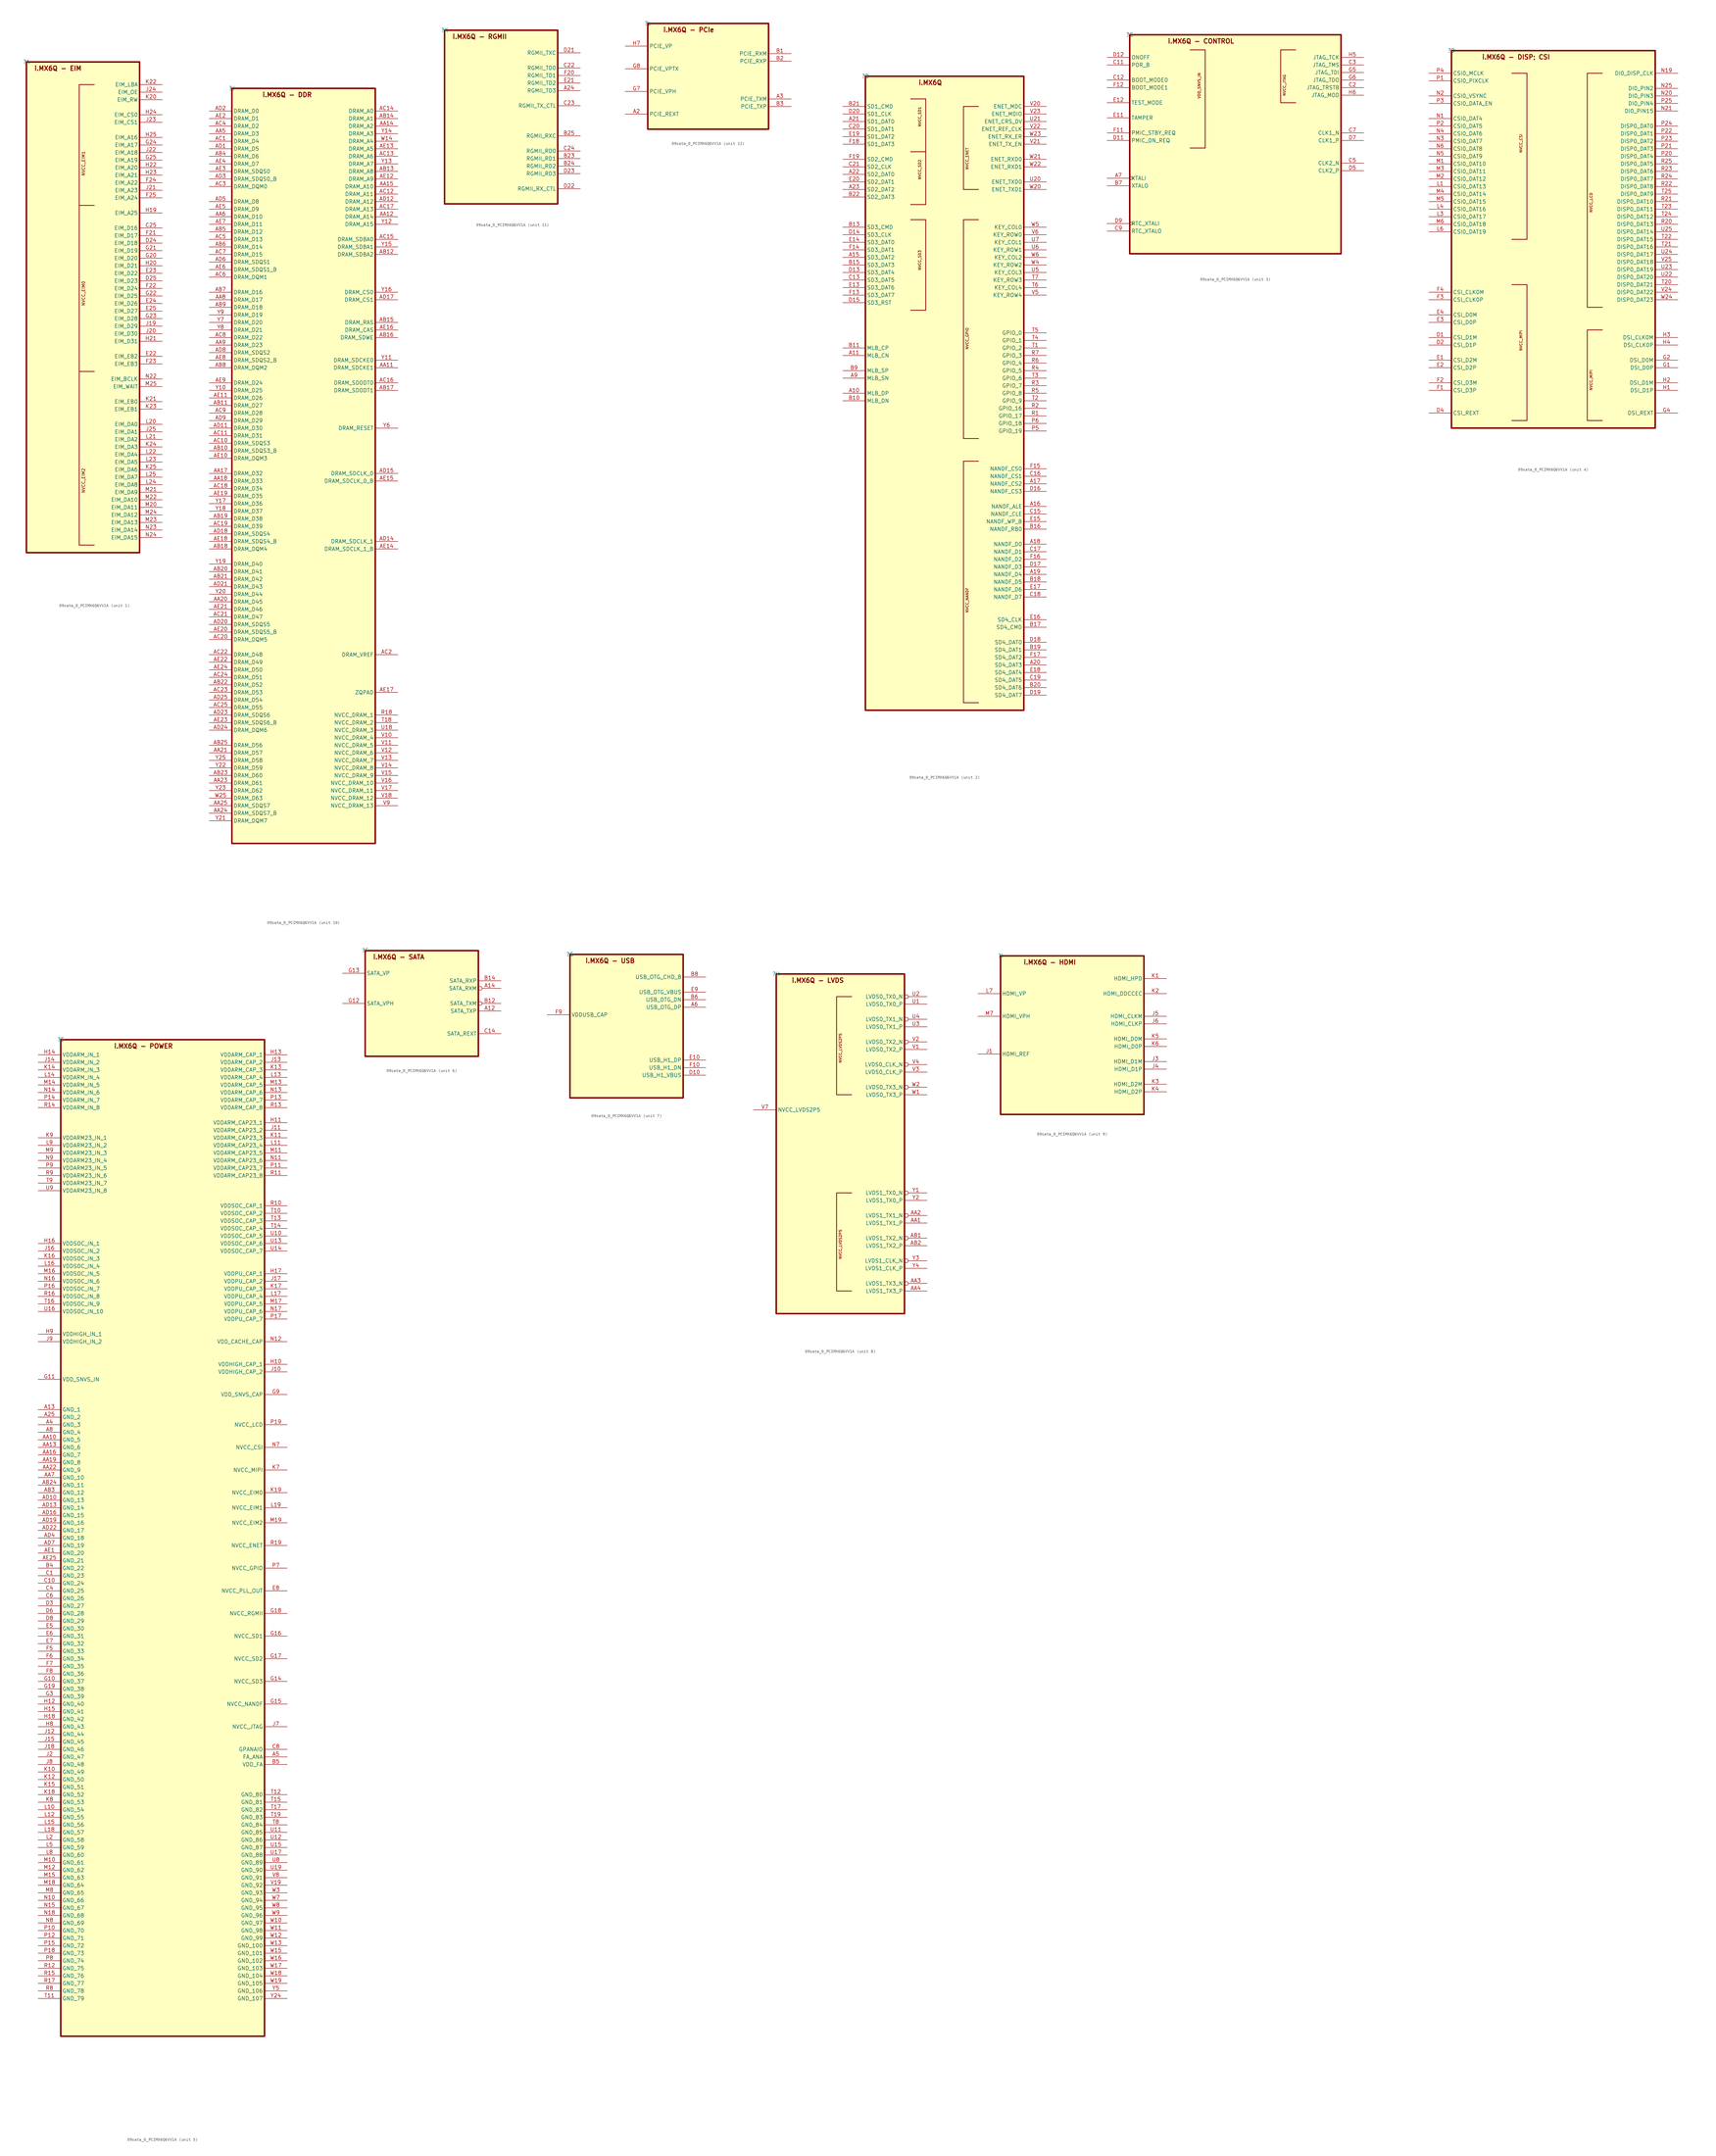
<source format=kicad_sym>
(kicad_symbol_lib
  (version 20220914)
  (generator kicad_symbol_editor)
  (symbol "09sata_0_PCIMX6Q6VV1A"
    (property "Reference" ""
      (at 0 0 0)
      (effects (font (size 1.27 1.27))))
    (property "Value" ""
      (at 0 0 0)
      (effects (font (size 1.27 1.27))))
    (symbol "09sata_0_PCIMX6Q6VV1A_1_0"
      (polyline (pts (xy 17.78 -104.14) (xy 17.78 -162.56)) (stroke (width 0.254) (type solid)) (fill (type none)))
      (polyline (pts (xy 17.78 -104.14) (xy 22.86 -104.14)) (stroke (width 0.254) (type solid)) (fill (type none)))
      (polyline (pts (xy 17.78 -48.26) (xy 22.86 -48.26)) (stroke (width 0.254) (type solid)) (fill (type none)))
      (polyline (pts (xy 17.78 -7.62) (xy 17.78 -104.14)) (stroke (width 0.254) (type solid)) (fill (type none)))
      (polyline (pts (xy 22.86 -162.56) (xy 17.78 -162.56)) (stroke (width 0.254) (type solid)) (fill (type none)))
      (polyline (pts (xy 22.86 -7.62) (xy 17.78 -7.62)) (stroke (width 0.254) (type solid)) (fill (type none)))
      (rectangle (start 38.1 0) (end 0 -165.1) (stroke (width 0.508) (type solid)) (fill (type background)))
      (text "i.MX6Q - EIM" (at 2.54 -3.048 0) (effects (font (size 1.524 1.524) bold) (justify left bottom)))
      (text "NVCC_EIM0" (at 19.812 -82.101 900) (effects (font (size 1.016 1.016)) (justify left bottom)))
      (text "NVCC_EIM1" (at 19.812 -38.413 900) (effects (font (size 1.016 1.016)) (justify left bottom)))
      (text "NVCC_EIM2" (at 19.812 -145.093 900) (effects (font (size 1.016 1.016)) (justify left bottom)))
      (pin bidirectional line (at 45.72 -55.88 180) (length 7.62) (name "EIM_D16" (effects (font (size 1.27 1.27)))) (number "C25" (effects (font (size 1.27 1.27)))))
      (pin bidirectional line (at 45.72 -60.96 180) (length 7.62) (name "EIM_D18" (effects (font (size 1.27 1.27)))) (number "D24" (effects (font (size 1.27 1.27)))))
      (pin bidirectional line (at 45.72 -73.66 180) (length 7.62) (name "EIM_D23" (effects (font (size 1.27 1.27)))) (number "D25" (effects (font (size 1.27 1.27)))))
      (pin bidirectional line (at 45.72 -99.06 180) (length 7.62) (name "EIM_EB2" (effects (font (size 1.27 1.27)))) (number "E22" (effects (font (size 1.27 1.27)))))
      (pin bidirectional line (at 45.72 -71.12 180) (length 7.62) (name "EIM_D22" (effects (font (size 1.27 1.27)))) (number "E23" (effects (font (size 1.27 1.27)))))
      (pin bidirectional line (at 45.72 -81.28 180) (length 7.62) (name "EIM_D26" (effects (font (size 1.27 1.27)))) (number "E24" (effects (font (size 1.27 1.27)))))
      (pin bidirectional line (at 45.72 -83.82 180) (length 7.62) (name "EIM_D27" (effects (font (size 1.27 1.27)))) (number "E25" (effects (font (size 1.27 1.27)))))
      (pin bidirectional line (at 45.72 -58.42 180) (length 7.62) (name "EIM_D17" (effects (font (size 1.27 1.27)))) (number "F21" (effects (font (size 1.27 1.27)))))
      (pin bidirectional line (at 45.72 -76.2 180) (length 7.62) (name "EIM_D24" (effects (font (size 1.27 1.27)))) (number "F22" (effects (font (size 1.27 1.27)))))
      (pin bidirectional line (at 45.72 -101.6 180) (length 7.62) (name "EIM_EB3" (effects (font (size 1.27 1.27)))) (number "F23" (effects (font (size 1.27 1.27)))))
      (pin bidirectional line (at 45.72 -40.64 180) (length 7.62) (name "EIM_A22" (effects (font (size 1.27 1.27)))) (number "F24" (effects (font (size 1.27 1.27)))))
      (pin bidirectional line (at 45.72 -45.72 180) (length 7.62) (name "EIM_A24" (effects (font (size 1.27 1.27)))) (number "F25" (effects (font (size 1.27 1.27)))))
      (pin bidirectional line (at 45.72 -66.04 180) (length 7.62) (name "EIM_D20" (effects (font (size 1.27 1.27)))) (number "G20" (effects (font (size 1.27 1.27)))))
      (pin bidirectional line (at 45.72 -63.5 180) (length 7.62) (name "EIM_D19" (effects (font (size 1.27 1.27)))) (number "G21" (effects (font (size 1.27 1.27)))))
      (pin bidirectional line (at 45.72 -78.74 180) (length 7.62) (name "EIM_D25" (effects (font (size 1.27 1.27)))) (number "G22" (effects (font (size 1.27 1.27)))))
      (pin bidirectional line (at 45.72 -86.36 180) (length 7.62) (name "EIM_D28" (effects (font (size 1.27 1.27)))) (number "G23" (effects (font (size 1.27 1.27)))))
      (pin bidirectional line (at 45.72 -27.94 180) (length 7.62) (name "EIM_A17" (effects (font (size 1.27 1.27)))) (number "G24" (effects (font (size 1.27 1.27)))))
      (pin bidirectional line (at 45.72 -33.02 180) (length 7.62) (name "EIM_A19" (effects (font (size 1.27 1.27)))) (number "G25" (effects (font (size 1.27 1.27)))))
      (pin bidirectional line (at 45.72 -50.8 180) (length 7.62) (name "EIM_A25" (effects (font (size 1.27 1.27)))) (number "H19" (effects (font (size 1.27 1.27)))))
      (pin bidirectional line (at 45.72 -68.58 180) (length 7.62) (name "EIM_D21" (effects (font (size 1.27 1.27)))) (number "H20" (effects (font (size 1.27 1.27)))))
      (pin bidirectional line (at 45.72 -93.98 180) (length 7.62) (name "EIM_D31" (effects (font (size 1.27 1.27)))) (number "H21" (effects (font (size 1.27 1.27)))))
      (pin bidirectional line (at 45.72 -35.56 180) (length 7.62) (name "EIM_A20" (effects (font (size 1.27 1.27)))) (number "H22" (effects (font (size 1.27 1.27)))))
      (pin bidirectional line (at 45.72 -38.1 180) (length 7.62) (name "EIM_A21" (effects (font (size 1.27 1.27)))) (number "H23" (effects (font (size 1.27 1.27)))))
      (pin bidirectional line (at 45.72 -17.78 180) (length 7.62) (name "EIM_CS0" (effects (font (size 1.27 1.27)))) (number "H24" (effects (font (size 1.27 1.27)))))
      (pin bidirectional line (at 45.72 -25.4 180) (length 7.62) (name "EIM_A16" (effects (font (size 1.27 1.27)))) (number "H25" (effects (font (size 1.27 1.27)))))
      (pin bidirectional line (at 45.72 -88.9 180) (length 7.62) (name "EIM_D29" (effects (font (size 1.27 1.27)))) (number "J19" (effects (font (size 1.27 1.27)))))
      (pin bidirectional line (at 45.72 -91.44 180) (length 7.62) (name "EIM_D30" (effects (font (size 1.27 1.27)))) (number "J20" (effects (font (size 1.27 1.27)))))
      (pin bidirectional line (at 45.72 -43.18 180) (length 7.62) (name "EIM_A23" (effects (font (size 1.27 1.27)))) (number "J21" (effects (font (size 1.27 1.27)))))
      (pin bidirectional line (at 45.72 -30.48 180) (length 7.62) (name "EIM_A18" (effects (font (size 1.27 1.27)))) (number "J22" (effects (font (size 1.27 1.27)))))
      (pin bidirectional line (at 45.72 -20.32 180) (length 7.62) (name "EIM_CS1" (effects (font (size 1.27 1.27)))) (number "J23" (effects (font (size 1.27 1.27)))))
      (pin bidirectional line (at 45.72 -10.16 180) (length 7.62) (name "EIM_OE" (effects (font (size 1.27 1.27)))) (number "J24" (effects (font (size 1.27 1.27)))))
      (pin bidirectional line (at 45.72 -124.46 180) (length 7.62) (name "EIM_DA1" (effects (font (size 1.27 1.27)))) (number "J25" (effects (font (size 1.27 1.27)))))
      (pin bidirectional line (at 45.72 -12.7 180) (length 7.62) (name "EIM_RW" (effects (font (size 1.27 1.27)))) (number "K20" (effects (font (size 1.27 1.27)))))
      (pin bidirectional line (at 45.72 -114.3 180) (length 7.62) (name "EIM_EB0" (effects (font (size 1.27 1.27)))) (number "K21" (effects (font (size 1.27 1.27)))))
      (pin bidirectional line (at 45.72 -7.62 180) (length 7.62) (name "EIM_LBA" (effects (font (size 1.27 1.27)))) (number "K22" (effects (font (size 1.27 1.27)))))
      (pin bidirectional line (at 45.72 -116.84 180) (length 7.62) (name "EIM_EB1" (effects (font (size 1.27 1.27)))) (number "K23" (effects (font (size 1.27 1.27)))))
      (pin bidirectional line (at 45.72 -129.54 180) (length 7.62) (name "EIM_DA3" (effects (font (size 1.27 1.27)))) (number "K24" (effects (font (size 1.27 1.27)))))
      (pin bidirectional line (at 45.72 -137.16 180) (length 7.62) (name "EIM_DA6" (effects (font (size 1.27 1.27)))) (number "K25" (effects (font (size 1.27 1.27)))))
      (pin bidirectional line (at 45.72 -121.92 180) (length 7.62) (name "EIM_DA0" (effects (font (size 1.27 1.27)))) (number "L20" (effects (font (size 1.27 1.27)))))
      (pin bidirectional line (at 45.72 -127 180) (length 7.62) (name "EIM_DA2" (effects (font (size 1.27 1.27)))) (number "L21" (effects (font (size 1.27 1.27)))))
      (pin bidirectional line (at 45.72 -132.08 180) (length 7.62) (name "EIM_DA4" (effects (font (size 1.27 1.27)))) (number "L22" (effects (font (size 1.27 1.27)))))
      (pin bidirectional line (at 45.72 -134.62 180) (length 7.62) (name "EIM_DA5" (effects (font (size 1.27 1.27)))) (number "L23" (effects (font (size 1.27 1.27)))))
      (pin bidirectional line (at 45.72 -142.24 180) (length 7.62) (name "EIM_DA8" (effects (font (size 1.27 1.27)))) (number "L24" (effects (font (size 1.27 1.27)))))
      (pin bidirectional line (at 45.72 -139.7 180) (length 7.62) (name "EIM_DA7" (effects (font (size 1.27 1.27)))) (number "L25" (effects (font (size 1.27 1.27)))))
      (pin bidirectional line (at 45.72 -149.86 180) (length 7.62) (name "EIM_DA11" (effects (font (size 1.27 1.27)))) (number "M20" (effects (font (size 1.27 1.27)))))
      (pin bidirectional line (at 45.72 -144.78 180) (length 7.62) (name "EIM_DA9" (effects (font (size 1.27 1.27)))) (number "M21" (effects (font (size 1.27 1.27)))))
      (pin bidirectional line (at 45.72 -147.32 180) (length 7.62) (name "EIM_DA10" (effects (font (size 1.27 1.27)))) (number "M22" (effects (font (size 1.27 1.27)))))
      (pin bidirectional line (at 45.72 -154.94 180) (length 7.62) (name "EIM_DA13" (effects (font (size 1.27 1.27)))) (number "M23" (effects (font (size 1.27 1.27)))))
      (pin bidirectional line (at 45.72 -152.4 180) (length 7.62) (name "EIM_DA12" (effects (font (size 1.27 1.27)))) (number "M24" (effects (font (size 1.27 1.27)))))
      (pin bidirectional line (at 45.72 -109.22 180) (length 7.62) (name "EIM_WAIT" (effects (font (size 1.27 1.27)))) (number "M25" (effects (font (size 1.27 1.27)))))
      (pin bidirectional line (at 45.72 -106.68 180) (length 7.62) (name "EIM_BCLK" (effects (font (size 1.27 1.27)))) (number "N22" (effects (font (size 1.27 1.27)))))
      (pin bidirectional line (at 45.72 -157.48 180) (length 7.62) (name "EIM_DA14" (effects (font (size 1.27 1.27)))) (number "N23" (effects (font (size 1.27 1.27)))))
      (pin bidirectional line (at 45.72 -160.02 180) (length 7.62) (name "EIM_DA15" (effects (font (size 1.27 1.27)))) (number "N24" (effects (font (size 1.27 1.27))))))
    (symbol "09sata_0_PCIMX6Q6VV1A_2_0"
      (polyline (pts (xy 20.32 -78.74) (xy 15.24 -78.74)) (stroke (width 0.254) (type solid)) (fill (type none)))
      (polyline (pts (xy 20.32 -48.26) (xy 15.24 -48.26)) (stroke (width 0.254) (type solid)) (fill (type none)))
      (polyline (pts (xy 20.32 -48.26) (xy 20.32 -78.74)) (stroke (width 0.254) (type solid)) (fill (type none)))
      (polyline (pts (xy 20.32 -43.18) (xy 15.24 -43.18)) (stroke (width 0.254) (type solid)) (fill (type none)))
      (polyline (pts (xy 20.32 -25.4) (xy 15.24 -25.4)) (stroke (width 0.254) (type solid)) (fill (type none)))
      (polyline (pts (xy 20.32 -7.62) (xy 15.24 -7.62)) (stroke (width 0.254) (type solid)) (fill (type none)))
      (polyline (pts (xy 20.32 -7.62) (xy 20.32 -43.18)) (stroke (width 0.254) (type solid)) (fill (type none)))
      (polyline (pts (xy 33.02 -129.54) (xy 33.02 -210.82)) (stroke (width 0.254) (type solid)) (fill (type none)))
      (polyline (pts (xy 33.02 -48.26) (xy 33.02 -121.92)) (stroke (width 0.254) (type solid)) (fill (type none)))
      (polyline (pts (xy 33.02 -10.16) (xy 33.02 -38.1)) (stroke (width 0.254) (type solid)) (fill (type none)))
      (polyline (pts (xy 38.1 -210.82) (xy 33.02 -210.82)) (stroke (width 0.254) (type solid)) (fill (type none)))
      (polyline (pts (xy 38.1 -129.54) (xy 33.02 -129.54)) (stroke (width 0.254) (type solid)) (fill (type none)))
      (polyline (pts (xy 38.1 -121.92) (xy 33.02 -121.92)) (stroke (width 0.254) (type solid)) (fill (type none)))
      (polyline (pts (xy 38.1 -48.26) (xy 33.02 -48.26)) (stroke (width 0.254) (type solid)) (fill (type none)))
      (polyline (pts (xy 38.1 -38.1) (xy 33.02 -38.1)) (stroke (width 0.254) (type solid)) (fill (type none)))
      (polyline (pts (xy 38.1 -10.16) (xy 33.02 -10.16)) (stroke (width 0.254) (type solid)) (fill (type none)))
      (rectangle (start 53.34 0) (end 0 -213.36) (stroke (width 0.508) (type solid)) (fill (type background)))
      (text "i.MX6Q" (at 17.78 -3.048 0) (effects (font (size 1.524 1.524) bold) (justify left bottom)))
      (text "NVCC_ENET" (at 34.798 -31.496 900) (effects (font (size 0.889 0.889)) (justify left bottom)))
      (text "NVCC_GPIO" (at 34.798 -92.007 900) (effects (font (size 0.889 0.889)) (justify left bottom)))
      (text "NVCC_NANDF" (at 34.798 -180.614 900) (effects (font (size 0.889 0.889)) (justify left bottom)))
      (text "NVCC_SD1" (at 17.78 -10.16 900) (effects (font (size 0.889 0.889)) (justify right top)))
      (text "NVCC_SD2" (at 17.78 -27.94 900) (effects (font (size 0.889 0.889)) (justify right top)))
      (text "NVCC_SD3" (at 17.78 -58.42 900) (effects (font (size 0.889 0.889)) (justify right top)))
      (pin input line (at -7.62 -106.68 0) (length 7.62) (name "MLB_DP" (effects (font (size 1.27 1.27)))) (number "A10" (effects (font (size 1.27 1.27)))))
      (pin input line (at -7.62 -93.98 0) (length 7.62) (name "MLB_CN" (effects (font (size 1.27 1.27)))) (number "A11" (effects (font (size 1.27 1.27)))))
      (pin bidirectional line (at -7.62 -60.96 0) (length 7.62) (name "SD3_DAT2" (effects (font (size 1.27 1.27)))) (number "A15" (effects (font (size 1.27 1.27)))))
      (pin bidirectional line (at 60.96 -144.78 180) (length 7.62) (name "NANDF_ALE" (effects (font (size 1.27 1.27)))) (number "A16" (effects (font (size 1.27 1.27)))))
      (pin bidirectional line (at 60.96 -137.16 180) (length 7.62) (name "NANDF_CS2" (effects (font (size 1.27 1.27)))) (number "A17" (effects (font (size 1.27 1.27)))))
      (pin bidirectional line (at 60.96 -157.48 180) (length 7.62) (name "NANDF_D0" (effects (font (size 1.27 1.27)))) (number "A18" (effects (font (size 1.27 1.27)))))
      (pin bidirectional line (at 60.96 -167.64 180) (length 7.62) (name "NANDF_D4" (effects (font (size 1.27 1.27)))) (number "A19" (effects (font (size 1.27 1.27)))))
      (pin bidirectional line (at 60.96 -198.12 180) (length 7.62) (name "SD4_DAT3" (effects (font (size 1.27 1.27)))) (number "A20" (effects (font (size 1.27 1.27)))))
      (pin bidirectional line (at -7.62 -15.24 0) (length 7.62) (name "SD1_DAT0" (effects (font (size 1.27 1.27)))) (number "A21" (effects (font (size 1.27 1.27)))))
      (pin bidirectional line (at -7.62 -33.02 0) (length 7.62) (name "SD2_DAT0" (effects (font (size 1.27 1.27)))) (number "A22" (effects (font (size 1.27 1.27)))))
      (pin bidirectional line (at -7.62 -38.1 0) (length 7.62) (name "SD2_DAT2" (effects (font (size 1.27 1.27)))) (number "A23" (effects (font (size 1.27 1.27)))))
      (pin input line (at -7.62 -101.6 0) (length 7.62) (name "MLB_SN" (effects (font (size 1.27 1.27)))) (number "A9" (effects (font (size 1.27 1.27)))))
      (pin input line (at -7.62 -109.22 0) (length 7.62) (name "MLB_DN" (effects (font (size 1.27 1.27)))) (number "B10" (effects (font (size 1.27 1.27)))))
      (pin input line (at -7.62 -91.44 0) (length 7.62) (name "MLB_CP" (effects (font (size 1.27 1.27)))) (number "B11" (effects (font (size 1.27 1.27)))))
      (pin bidirectional line (at -7.62 -50.8 0) (length 7.62) (name "SD3_CMD" (effects (font (size 1.27 1.27)))) (number "B13" (effects (font (size 1.27 1.27)))))
      (pin bidirectional line (at -7.62 -63.5 0) (length 7.62) (name "SD3_DAT3" (effects (font (size 1.27 1.27)))) (number "B15" (effects (font (size 1.27 1.27)))))
      (pin bidirectional line (at 60.96 -152.4 180) (length 7.62) (name "NANDF_RB0" (effects (font (size 1.27 1.27)))) (number "B16" (effects (font (size 1.27 1.27)))))
      (pin bidirectional line (at 60.96 -185.42 180) (length 7.62) (name "SD4_CMD" (effects (font (size 1.27 1.27)))) (number "B17" (effects (font (size 1.27 1.27)))))
      (pin bidirectional line (at 60.96 -170.18 180) (length 7.62) (name "NANDF_D5" (effects (font (size 1.27 1.27)))) (number "B18" (effects (font (size 1.27 1.27)))))
      (pin bidirectional line (at 60.96 -193.04 180) (length 7.62) (name "SD4_DAT1" (effects (font (size 1.27 1.27)))) (number "B19" (effects (font (size 1.27 1.27)))))
      (pin bidirectional line (at 60.96 -205.74 180) (length 7.62) (name "SD4_DAT6" (effects (font (size 1.27 1.27)))) (number "B20" (effects (font (size 1.27 1.27)))))
      (pin bidirectional line (at -7.62 -10.16 0) (length 7.62) (name "SD1_CMD" (effects (font (size 1.27 1.27)))) (number "B21" (effects (font (size 1.27 1.27)))))
      (pin bidirectional line (at -7.62 -40.64 0) (length 7.62) (name "SD2_DAT3" (effects (font (size 1.27 1.27)))) (number "B22" (effects (font (size 1.27 1.27)))))
      (pin input line (at -7.62 -99.06 0) (length 7.62) (name "MLB_SP" (effects (font (size 1.27 1.27)))) (number "B9" (effects (font (size 1.27 1.27)))))
      (pin bidirectional line (at -7.62 -68.58 0) (length 7.62) (name "SD3_DAT5" (effects (font (size 1.27 1.27)))) (number "C13" (effects (font (size 1.27 1.27)))))
      (pin bidirectional line (at 60.96 -147.32 180) (length 7.62) (name "NANDF_CLE" (effects (font (size 1.27 1.27)))) (number "C15" (effects (font (size 1.27 1.27)))))
      (pin bidirectional line (at 60.96 -134.62 180) (length 7.62) (name "NANDF_CS1" (effects (font (size 1.27 1.27)))) (number "C16" (effects (font (size 1.27 1.27)))))
      (pin bidirectional line (at 60.96 -160.02 180) (length 7.62) (name "NANDF_D1" (effects (font (size 1.27 1.27)))) (number "C17" (effects (font (size 1.27 1.27)))))
      (pin bidirectional line (at 60.96 -175.26 180) (length 7.62) (name "NANDF_D7" (effects (font (size 1.27 1.27)))) (number "C18" (effects (font (size 1.27 1.27)))))
      (pin bidirectional line (at 60.96 -203.2 180) (length 7.62) (name "SD4_DAT5" (effects (font (size 1.27 1.27)))) (number "C19" (effects (font (size 1.27 1.27)))))
      (pin bidirectional line (at -7.62 -17.78 0) (length 7.62) (name "SD1_DAT1" (effects (font (size 1.27 1.27)))) (number "C20" (effects (font (size 1.27 1.27)))))
      (pin bidirectional line (at -7.62 -30.48 0) (length 7.62) (name "SD2_CLK" (effects (font (size 1.27 1.27)))) (number "C21" (effects (font (size 1.27 1.27)))))
      (pin bidirectional line (at -7.62 -66.04 0) (length 7.62) (name "SD3_DAT4" (effects (font (size 1.27 1.27)))) (number "D13" (effects (font (size 1.27 1.27)))))
      (pin bidirectional line (at -7.62 -53.34 0) (length 7.62) (name "SD3_CLK" (effects (font (size 1.27 1.27)))) (number "D14" (effects (font (size 1.27 1.27)))))
      (pin bidirectional line (at -7.62 -76.2 0) (length 7.62) (name "SD3_RST" (effects (font (size 1.27 1.27)))) (number "D15" (effects (font (size 1.27 1.27)))))
      (pin bidirectional line (at 60.96 -139.7 180) (length 7.62) (name "NANDF_CS3" (effects (font (size 1.27 1.27)))) (number "D16" (effects (font (size 1.27 1.27)))))
      (pin bidirectional line (at 60.96 -165.1 180) (length 7.62) (name "NANDF_D3" (effects (font (size 1.27 1.27)))) (number "D17" (effects (font (size 1.27 1.27)))))
      (pin bidirectional line (at 60.96 -190.5 180) (length 7.62) (name "SD4_DAT0" (effects (font (size 1.27 1.27)))) (number "D18" (effects (font (size 1.27 1.27)))))
      (pin bidirectional line (at 60.96 -208.28 180) (length 7.62) (name "SD4_DAT7" (effects (font (size 1.27 1.27)))) (number "D19" (effects (font (size 1.27 1.27)))))
      (pin bidirectional line (at -7.62 -12.7 0) (length 7.62) (name "SD1_CLK" (effects (font (size 1.27 1.27)))) (number "D20" (effects (font (size 1.27 1.27)))))
      (pin bidirectional line (at -7.62 -71.12 0) (length 7.62) (name "SD3_DAT6" (effects (font (size 1.27 1.27)))) (number "E13" (effects (font (size 1.27 1.27)))))
      (pin bidirectional line (at -7.62 -55.88 0) (length 7.62) (name "SD3_DAT0" (effects (font (size 1.27 1.27)))) (number "E14" (effects (font (size 1.27 1.27)))))
      (pin bidirectional line (at 60.96 -149.86 180) (length 7.62) (name "NANDF_WP_B" (effects (font (size 1.27 1.27)))) (number "E15" (effects (font (size 1.27 1.27)))))
      (pin bidirectional line (at 60.96 -182.88 180) (length 7.62) (name "SD4_CLK" (effects (font (size 1.27 1.27)))) (number "E16" (effects (font (size 1.27 1.27)))))
      (pin bidirectional line (at 60.96 -172.72 180) (length 7.62) (name "NANDF_D6" (effects (font (size 1.27 1.27)))) (number "E17" (effects (font (size 1.27 1.27)))))
      (pin bidirectional line (at 60.96 -200.66 180) (length 7.62) (name "SD4_DAT4" (effects (font (size 1.27 1.27)))) (number "E18" (effects (font (size 1.27 1.27)))))
      (pin bidirectional line (at -7.62 -20.32 0) (length 7.62) (name "SD1_DAT2" (effects (font (size 1.27 1.27)))) (number "E19" (effects (font (size 1.27 1.27)))))
      (pin bidirectional line (at -7.62 -35.56 0) (length 7.62) (name "SD2_DAT1" (effects (font (size 1.27 1.27)))) (number "E20" (effects (font (size 1.27 1.27)))))
      (pin bidirectional line (at -7.62 -73.66 0) (length 7.62) (name "SD3_DAT7" (effects (font (size 1.27 1.27)))) (number "F13" (effects (font (size 1.27 1.27)))))
      (pin bidirectional line (at -7.62 -58.42 0) (length 7.62) (name "SD3_DAT1" (effects (font (size 1.27 1.27)))) (number "F14" (effects (font (size 1.27 1.27)))))
      (pin bidirectional line (at 60.96 -132.08 180) (length 7.62) (name "NANDF_CS0" (effects (font (size 1.27 1.27)))) (number "F15" (effects (font (size 1.27 1.27)))))
      (pin bidirectional line (at 60.96 -162.56 180) (length 7.62) (name "NANDF_D2" (effects (font (size 1.27 1.27)))) (number "F16" (effects (font (size 1.27 1.27)))))
      (pin bidirectional line (at 60.96 -195.58 180) (length 7.62) (name "SD4_DAT2" (effects (font (size 1.27 1.27)))) (number "F17" (effects (font (size 1.27 1.27)))))
      (pin bidirectional line (at -7.62 -22.86 0) (length 7.62) (name "SD1_DAT3" (effects (font (size 1.27 1.27)))) (number "F18" (effects (font (size 1.27 1.27)))))
      (pin bidirectional line (at -7.62 -27.94 0) (length 7.62) (name "SD2_CMD" (effects (font (size 1.27 1.27)))) (number "F19" (effects (font (size 1.27 1.27)))))
      (pin bidirectional line (at 60.96 -119.38 180) (length 7.62) (name "GPIO_19" (effects (font (size 1.27 1.27)))) (number "P5" (effects (font (size 1.27 1.27)))))
      (pin bidirectional line (at 60.96 -116.84 180) (length 7.62) (name "GPIO_18" (effects (font (size 1.27 1.27)))) (number "P6" (effects (font (size 1.27 1.27)))))
      (pin bidirectional line (at 60.96 -114.3 180) (length 7.62) (name "GPIO_17" (effects (font (size 1.27 1.27)))) (number "R1" (effects (font (size 1.27 1.27)))))
      (pin bidirectional line (at 60.96 -111.76 180) (length 7.62) (name "GPIO_16" (effects (font (size 1.27 1.27)))) (number "R2" (effects (font (size 1.27 1.27)))))
      (pin bidirectional line (at 60.96 -104.14 180) (length 7.62) (name "GPIO_7" (effects (font (size 1.27 1.27)))) (number "R3" (effects (font (size 1.27 1.27)))))
      (pin bidirectional line (at 60.96 -99.06 180) (length 7.62) (name "GPIO_5" (effects (font (size 1.27 1.27)))) (number "R4" (effects (font (size 1.27 1.27)))))
      (pin bidirectional line (at 60.96 -106.68 180) (length 7.62) (name "GPIO_8" (effects (font (size 1.27 1.27)))) (number "R5" (effects (font (size 1.27 1.27)))))
      (pin bidirectional line (at 60.96 -96.52 180) (length 7.62) (name "GPIO_4" (effects (font (size 1.27 1.27)))) (number "R6" (effects (font (size 1.27 1.27)))))
      (pin bidirectional line (at 60.96 -93.98 180) (length 7.62) (name "GPIO_3" (effects (font (size 1.27 1.27)))) (number "R7" (effects (font (size 1.27 1.27)))))
      (pin bidirectional line (at 60.96 -91.44 180) (length 7.62) (name "GPIO_2" (effects (font (size 1.27 1.27)))) (number "T1" (effects (font (size 1.27 1.27)))))
      (pin bidirectional line (at 60.96 -109.22 180) (length 7.62) (name "GPIO_9" (effects (font (size 1.27 1.27)))) (number "T2" (effects (font (size 1.27 1.27)))))
      (pin bidirectional line (at 60.96 -101.6 180) (length 7.62) (name "GPIO_6" (effects (font (size 1.27 1.27)))) (number "T3" (effects (font (size 1.27 1.27)))))
      (pin bidirectional line (at 60.96 -88.9 180) (length 7.62) (name "GPIO_1" (effects (font (size 1.27 1.27)))) (number "T4" (effects (font (size 1.27 1.27)))))
      (pin bidirectional line (at 60.96 -86.36 180) (length 7.62) (name "GPIO_0" (effects (font (size 1.27 1.27)))) (number "T5" (effects (font (size 1.27 1.27)))))
      (pin bidirectional line (at 60.96 -71.12 180) (length 7.62) (name "KEY_COL4" (effects (font (size 1.27 1.27)))) (number "T6" (effects (font (size 1.27 1.27)))))
      (pin bidirectional line (at 60.96 -68.58 180) (length 7.62) (name "KEY_ROW3" (effects (font (size 1.27 1.27)))) (number "T7" (effects (font (size 1.27 1.27)))))
      (pin bidirectional line (at 60.96 -35.56 180) (length 7.62) (name "ENET_TXD0" (effects (font (size 1.27 1.27)))) (number "U20" (effects (font (size 1.27 1.27)))))
      (pin bidirectional line (at 60.96 -15.24 180) (length 7.62) (name "ENET_CRS_DV" (effects (font (size 1.27 1.27)))) (number "U21" (effects (font (size 1.27 1.27)))))
      (pin bidirectional line (at 60.96 -66.04 180) (length 7.62) (name "KEY_COL3" (effects (font (size 1.27 1.27)))) (number "U5" (effects (font (size 1.27 1.27)))))
      (pin bidirectional line (at 60.96 -58.42 180) (length 7.62) (name "KEY_ROW1" (effects (font (size 1.27 1.27)))) (number "U6" (effects (font (size 1.27 1.27)))))
      (pin bidirectional line (at 60.96 -55.88 180) (length 7.62) (name "KEY_COL1" (effects (font (size 1.27 1.27)))) (number "U7" (effects (font (size 1.27 1.27)))))
      (pin bidirectional line (at 60.96 -10.16 180) (length 7.62) (name "ENET_MDC" (effects (font (size 1.27 1.27)))) (number "V20" (effects (font (size 1.27 1.27)))))
      (pin bidirectional line (at 60.96 -22.86 180) (length 7.62) (name "ENET_TX_EN" (effects (font (size 1.27 1.27)))) (number "V21" (effects (font (size 1.27 1.27)))))
      (pin bidirectional line (at 60.96 -17.78 180) (length 7.62) (name "ENET_REF_CLK" (effects (font (size 1.27 1.27)))) (number "V22" (effects (font (size 1.27 1.27)))))
      (pin bidirectional line (at 60.96 -12.7 180) (length 7.62) (name "ENET_MDIO" (effects (font (size 1.27 1.27)))) (number "V23" (effects (font (size 1.27 1.27)))))
      (pin bidirectional line (at 60.96 -73.66 180) (length 7.62) (name "KEY_ROW4" (effects (font (size 1.27 1.27)))) (number "V5" (effects (font (size 1.27 1.27)))))
      (pin bidirectional line (at 60.96 -53.34 180) (length 7.62) (name "KEY_ROW0" (effects (font (size 1.27 1.27)))) (number "V6" (effects (font (size 1.27 1.27)))))
      (pin bidirectional line (at 60.96 -38.1 180) (length 7.62) (name "ENET_TXD1" (effects (font (size 1.27 1.27)))) (number "W20" (effects (font (size 1.27 1.27)))))
      (pin bidirectional line (at 60.96 -27.94 180) (length 7.62) (name "ENET_RXD0" (effects (font (size 1.27 1.27)))) (number "W21" (effects (font (size 1.27 1.27)))))
      (pin bidirectional line (at 60.96 -30.48 180) (length 7.62) (name "ENET_RXD1" (effects (font (size 1.27 1.27)))) (number "W22" (effects (font (size 1.27 1.27)))))
      (pin bidirectional line (at 60.96 -20.32 180) (length 7.62) (name "ENET_RX_ER" (effects (font (size 1.27 1.27)))) (number "W23" (effects (font (size 1.27 1.27)))))
      (pin bidirectional line (at 60.96 -63.5 180) (length 7.62) (name "KEY_ROW2" (effects (font (size 1.27 1.27)))) (number "W4" (effects (font (size 1.27 1.27)))))
      (pin bidirectional line (at 60.96 -50.8 180) (length 7.62) (name "KEY_COL0" (effects (font (size 1.27 1.27)))) (number "W5" (effects (font (size 1.27 1.27)))))
      (pin bidirectional line (at 60.96 -60.96 180) (length 7.62) (name "KEY_COL2" (effects (font (size 1.27 1.27)))) (number "W6" (effects (font (size 1.27 1.27))))))
    (symbol "09sata_0_PCIMX6Q6VV1A_3_0"
      (polyline (pts (xy 25.4 -38.1) (xy 20.32 -38.1)) (stroke (width 0.254) (type solid)) (fill (type none)))
      (polyline (pts (xy 25.4 -5.08) (xy 20.32 -5.08)) (stroke (width 0.254) (type solid)) (fill (type none)))
      (polyline (pts (xy 25.4 -5.08) (xy 25.4 -38.1)) (stroke (width 0.254) (type solid)) (fill (type none)))
      (polyline (pts (xy 50.8 -22.86) (xy 55.88 -22.86)) (stroke (width 0.254) (type solid)) (fill (type none)))
      (polyline (pts (xy 50.8 -5.08) (xy 50.8 -22.86)) (stroke (width 0.254) (type solid)) (fill (type none)))
      (polyline (pts (xy 50.8 -5.08) (xy 55.88 -5.08)) (stroke (width 0.254) (type solid)) (fill (type none)))
      (rectangle (start 71.12 0) (end 0 -73.66) (stroke (width 0.508) (type solid)) (fill (type background)))
      (text "i.MX6Q - CONTROL" (at 12.7 -3.048 0) (effects (font (size 1.524 1.524) bold) (justify left bottom)))
      (text "NVCC_JTAG" (at 52.578 -20.633 900) (effects (font (size 0.889 0.889)) (justify left bottom)))
      (text "VDD_SNVS_IN" (at 22.86 -12.7 900) (effects (font (size 0.889 0.889)) (justify right top)))
      (pin input clock (at -7.62 -48.26 0) (length 7.62) (name "XTALI" (effects (font (size 1.27 1.27)))) (number "A7" (effects (font (size 1.27 1.27)))))
      (pin output line (at -7.62 -50.8 0) (length 7.62) (name "XTALO" (effects (font (size 1.27 1.27)))) (number "B7" (effects (font (size 1.27 1.27)))))
      (pin input line (at -7.62 -10.16 0) (length 7.62) (name "POR_B" (effects (font (size 1.27 1.27)))) (number "C11" (effects (font (size 1.27 1.27)))))
      (pin input line (at -7.62 -15.24 0) (length 7.62) (name "BOOT_MODE0" (effects (font (size 1.27 1.27)))) (number "C12" (effects (font (size 1.27 1.27)))))
      (pin input line (at 78.74 -17.78 180) (length 7.62) (name "JTAG_TRSTB" (effects (font (size 1.27 1.27)))) (number "C2" (effects (font (size 1.27 1.27)))))
      (pin input line (at 78.74 -10.16 180) (length 7.62) (name "JTAG_TMS" (effects (font (size 1.27 1.27)))) (number "C3" (effects (font (size 1.27 1.27)))))
      (pin output line (at 78.74 -43.18 180) (length 7.62) (name "CLK2_N" (effects (font (size 1.27 1.27)))) (number "C5" (effects (font (size 1.27 1.27)))))
      (pin output line (at 78.74 -33.02 180) (length 7.62) (name "CLK1_N" (effects (font (size 1.27 1.27)))) (number "C7" (effects (font (size 1.27 1.27)))))
      (pin output line (at -7.62 -66.04 0) (length 7.62) (name "RTC_XTALO" (effects (font (size 1.27 1.27)))) (number "C9" (effects (font (size 1.27 1.27)))))
      (pin output line (at -7.62 -35.56 0) (length 7.62) (name "PMIC_ON_REQ" (effects (font (size 1.27 1.27)))) (number "D11" (effects (font (size 1.27 1.27)))))
      (pin input line (at -7.62 -7.62 0) (length 7.62) (name "ONOFF" (effects (font (size 1.27 1.27)))) (number "D12" (effects (font (size 1.27 1.27)))))
      (pin output line (at 78.74 -45.72 180) (length 7.62) (name "CLK2_P" (effects (font (size 1.27 1.27)))) (number "D5" (effects (font (size 1.27 1.27)))))
      (pin output line (at 78.74 -35.56 180) (length 7.62) (name "CLK1_P" (effects (font (size 1.27 1.27)))) (number "D7" (effects (font (size 1.27 1.27)))))
      (pin input clock (at -7.62 -63.5 0) (length 7.62) (name "RTC_XTALI" (effects (font (size 1.27 1.27)))) (number "D9" (effects (font (size 1.27 1.27)))))
      (pin input line (at -7.62 -27.94 0) (length 7.62) (name "TAMPER" (effects (font (size 1.27 1.27)))) (number "E11" (effects (font (size 1.27 1.27)))))
      (pin input line (at -7.62 -22.86 0) (length 7.62) (name "TEST_MODE" (effects (font (size 1.27 1.27)))) (number "E12" (effects (font (size 1.27 1.27)))))
      (pin output line (at -7.62 -33.02 0) (length 7.62) (name "PMIC_STBY_REQ" (effects (font (size 1.27 1.27)))) (number "F11" (effects (font (size 1.27 1.27)))))
      (pin input line (at -7.62 -17.78 0) (length 7.62) (name "BOOT_MODE1" (effects (font (size 1.27 1.27)))) (number "F12" (effects (font (size 1.27 1.27)))))
      (pin input line (at 78.74 -12.7 180) (length 7.62) (name "JTAG_TDI" (effects (font (size 1.27 1.27)))) (number "G5" (effects (font (size 1.27 1.27)))))
      (pin output line (at 78.74 -15.24 180) (length 7.62) (name "JTAG_TDO" (effects (font (size 1.27 1.27)))) (number "G6" (effects (font (size 1.27 1.27)))))
      (pin input line (at 78.74 -7.62 180) (length 7.62) (name "JTAG_TCK" (effects (font (size 1.27 1.27)))) (number "H5" (effects (font (size 1.27 1.27)))))
      (pin input line (at 78.74 -20.32 180) (length 7.62) (name "JTAG_MOD" (effects (font (size 1.27 1.27)))) (number "H6" (effects (font (size 1.27 1.27))))))
    (symbol "09sata_0_PCIMX6Q6VV1A_4_0"
      (polyline (pts (xy 25.4 -124.46) (xy 20.32 -124.46)) (stroke (width 0.254) (type solid)) (fill (type none)))
      (polyline (pts (xy 25.4 -78.74) (xy 20.32 -78.74)) (stroke (width 0.254) (type solid)) (fill (type none)))
      (polyline (pts (xy 25.4 -78.74) (xy 25.4 -124.46)) (stroke (width 0.254) (type solid)) (fill (type none)))
      (polyline (pts (xy 25.4 -63.5) (xy 20.32 -63.5)) (stroke (width 0.254) (type solid)) (fill (type none)))
      (polyline (pts (xy 25.4 -7.62) (xy 20.32 -7.62)) (stroke (width 0.254) (type solid)) (fill (type none)))
      (polyline (pts (xy 25.4 -7.62) (xy 25.4 -63.5)) (stroke (width 0.254) (type solid)) (fill (type none)))
      (polyline (pts (xy 45.72 -93.98) (xy 45.72 -124.46)) (stroke (width 0.254) (type solid)) (fill (type none)))
      (polyline (pts (xy 45.72 -7.62) (xy 45.72 -86.36)) (stroke (width 0.254) (type solid)) (fill (type none)))
      (polyline (pts (xy 50.8 -124.46) (xy 45.72 -124.46)) (stroke (width 0.254) (type solid)) (fill (type none)))
      (polyline (pts (xy 50.8 -93.98) (xy 45.72 -93.98)) (stroke (width 0.254) (type solid)) (fill (type none)))
      (polyline (pts (xy 50.8 -86.36) (xy 45.72 -86.36)) (stroke (width 0.254) (type solid)) (fill (type none)))
      (polyline (pts (xy 50.8 -7.62) (xy 45.72 -7.62)) (stroke (width 0.254) (type solid)) (fill (type none)))
      (rectangle (start 68.58 0) (end 0 -127) (stroke (width 0.508) (type solid)) (fill (type background)))
      (text "i.MX6Q - DISP; CSI" (at 10.16 -3.048 0) (effects (font (size 1.524 1.524) bold) (justify left bottom)))
      (text "NVCC_CSI" (at 22.86 -27.94 900) (effects (font (size 0.889 0.889)) (justify right top)))
      (text "NVCC_LCD" (at 47.498 -54.532 900) (effects (font (size 0.889 0.889)) (justify left bottom)))
      (text "NVCC_MIPI" (at 22.86 -93.98 900) (effects (font (size 0.889 0.889)) (justify right top)))
      (text "NVCC_MIPI" (at 47.498 -114.417 900) (effects (font (size 0.889 0.889)) (justify left bottom)))
      (pin input line (at -7.62 -96.52 0) (length 7.62) (name "CSI_D1M" (effects (font (size 1.27 1.27)))) (number "D1" (effects (font (size 1.27 1.27)))))
      (pin input line (at -7.62 -99.06 0) (length 7.62) (name "CSI_D1P" (effects (font (size 1.27 1.27)))) (number "D2" (effects (font (size 1.27 1.27)))))
      (pin input line (at -7.62 -121.92 0) (length 7.62) (name "CSI_REXT" (effects (font (size 1.27 1.27)))) (number "D4" (effects (font (size 1.27 1.27)))))
      (pin input line (at -7.62 -104.14 0) (length 7.62) (name "CSI_D2M" (effects (font (size 1.27 1.27)))) (number "E1" (effects (font (size 1.27 1.27)))))
      (pin input line (at -7.62 -106.68 0) (length 7.62) (name "CSI_D2P" (effects (font (size 1.27 1.27)))) (number "E2" (effects (font (size 1.27 1.27)))))
      (pin input line (at -7.62 -91.44 0) (length 7.62) (name "CSI_D0P" (effects (font (size 1.27 1.27)))) (number "E3" (effects (font (size 1.27 1.27)))))
      (pin input line (at -7.62 -88.9 0) (length 7.62) (name "CSI_D0M" (effects (font (size 1.27 1.27)))) (number "E4" (effects (font (size 1.27 1.27)))))
      (pin input line (at -7.62 -114.3 0) (length 7.62) (name "CSI_D3P" (effects (font (size 1.27 1.27)))) (number "F1" (effects (font (size 1.27 1.27)))))
      (pin input line (at -7.62 -111.76 0) (length 7.62) (name "CSI_D3M" (effects (font (size 1.27 1.27)))) (number "F2" (effects (font (size 1.27 1.27)))))
      (pin input line (at -7.62 -83.82 0) (length 7.62) (name "CSI_CLK0P" (effects (font (size 1.27 1.27)))) (number "F3" (effects (font (size 1.27 1.27)))))
      (pin input line (at -7.62 -81.28 0) (length 7.62) (name "CSI_CLK0M" (effects (font (size 1.27 1.27)))) (number "F4" (effects (font (size 1.27 1.27)))))
      (pin output line (at 76.2 -106.68 180) (length 7.62) (name "DSI_D0P" (effects (font (size 1.27 1.27)))) (number "G1" (effects (font (size 1.27 1.27)))))
      (pin output line (at 76.2 -104.14 180) (length 7.62) (name "DSI_D0M" (effects (font (size 1.27 1.27)))) (number "G2" (effects (font (size 1.27 1.27)))))
      (pin input line (at 76.2 -121.92 180) (length 7.62) (name "DSI_REXT" (effects (font (size 1.27 1.27)))) (number "G4" (effects (font (size 1.27 1.27)))))
      (pin output line (at 76.2 -114.3 180) (length 7.62) (name "DSI_D1P" (effects (font (size 1.27 1.27)))) (number "H1" (effects (font (size 1.27 1.27)))))
      (pin output line (at 76.2 -111.76 180) (length 7.62) (name "DSI_D1M" (effects (font (size 1.27 1.27)))) (number "H2" (effects (font (size 1.27 1.27)))))
      (pin output line (at 76.2 -96.52 180) (length 7.62) (name "DSI_CLK0M" (effects (font (size 1.27 1.27)))) (number "H3" (effects (font (size 1.27 1.27)))))
      (pin output line (at 76.2 -99.06 180) (length 7.62) (name "DSI_CLK0P" (effects (font (size 1.27 1.27)))) (number "H4" (effects (font (size 1.27 1.27)))))
      (pin bidirectional line (at -7.62 -45.72 0) (length 7.62) (name "CSI0_DAT13" (effects (font (size 1.27 1.27)))) (number "L1" (effects (font (size 1.27 1.27)))))
      (pin bidirectional line (at -7.62 -55.88 0) (length 7.62) (name "CSI0_DAT17" (effects (font (size 1.27 1.27)))) (number "L3" (effects (font (size 1.27 1.27)))))
      (pin bidirectional line (at -7.62 -53.34 0) (length 7.62) (name "CSI0_DAT16" (effects (font (size 1.27 1.27)))) (number "L4" (effects (font (size 1.27 1.27)))))
      (pin bidirectional line (at -7.62 -60.96 0) (length 7.62) (name "CSI0_DAT19" (effects (font (size 1.27 1.27)))) (number "L6" (effects (font (size 1.27 1.27)))))
      (pin bidirectional line (at -7.62 -38.1 0) (length 7.62) (name "CSI0_DAT10" (effects (font (size 1.27 1.27)))) (number "M1" (effects (font (size 1.27 1.27)))))
      (pin bidirectional line (at -7.62 -43.18 0) (length 7.62) (name "CSI0_DAT12" (effects (font (size 1.27 1.27)))) (number "M2" (effects (font (size 1.27 1.27)))))
      (pin bidirectional line (at -7.62 -40.64 0) (length 7.62) (name "CSI0_DAT11" (effects (font (size 1.27 1.27)))) (number "M3" (effects (font (size 1.27 1.27)))))
      (pin bidirectional line (at -7.62 -48.26 0) (length 7.62) (name "CSI0_DAT14" (effects (font (size 1.27 1.27)))) (number "M4" (effects (font (size 1.27 1.27)))))
      (pin bidirectional line (at -7.62 -50.8 0) (length 7.62) (name "CSI0_DAT15" (effects (font (size 1.27 1.27)))) (number "M5" (effects (font (size 1.27 1.27)))))
      (pin bidirectional line (at -7.62 -58.42 0) (length 7.62) (name "CSI0_DAT18" (effects (font (size 1.27 1.27)))) (number "M6" (effects (font (size 1.27 1.27)))))
      (pin bidirectional line (at -7.62 -22.86 0) (length 7.62) (name "CSI0_DAT4" (effects (font (size 1.27 1.27)))) (number "N1" (effects (font (size 1.27 1.27)))))
      (pin bidirectional line (at 76.2 -7.62 180) (length 7.62) (name "DI0_DISP_CLK" (effects (font (size 1.27 1.27)))) (number "N19" (effects (font (size 1.27 1.27)))))
      (pin bidirectional line (at -7.62 -15.24 0) (length 7.62) (name "CSI0_VSYNC" (effects (font (size 1.27 1.27)))) (number "N2" (effects (font (size 1.27 1.27)))))
      (pin bidirectional line (at 76.2 -15.24 180) (length 7.62) (name "DI0_PIN3" (effects (font (size 1.27 1.27)))) (number "N20" (effects (font (size 1.27 1.27)))))
      (pin bidirectional line (at 76.2 -20.32 180) (length 7.62) (name "DI0_PIN15" (effects (font (size 1.27 1.27)))) (number "N21" (effects (font (size 1.27 1.27)))))
      (pin bidirectional line (at 76.2 -12.7 180) (length 7.62) (name "DI0_PIN2" (effects (font (size 1.27 1.27)))) (number "N25" (effects (font (size 1.27 1.27)))))
      (pin bidirectional line (at -7.62 -30.48 0) (length 7.62) (name "CSI0_DAT7" (effects (font (size 1.27 1.27)))) (number "N3" (effects (font (size 1.27 1.27)))))
      (pin bidirectional line (at -7.62 -27.94 0) (length 7.62) (name "CSI0_DAT6" (effects (font (size 1.27 1.27)))) (number "N4" (effects (font (size 1.27 1.27)))))
      (pin bidirectional line (at -7.62 -35.56 0) (length 7.62) (name "CSI0_DAT9" (effects (font (size 1.27 1.27)))) (number "N5" (effects (font (size 1.27 1.27)))))
      (pin bidirectional line (at -7.62 -33.02 0) (length 7.62) (name "CSI0_DAT8" (effects (font (size 1.27 1.27)))) (number "N6" (effects (font (size 1.27 1.27)))))
      (pin bidirectional line (at -7.62 -10.16 0) (length 7.62) (name "CSI0_PIXCLK" (effects (font (size 1.27 1.27)))) (number "P1" (effects (font (size 1.27 1.27)))))
      (pin bidirectional line (at -7.62 -25.4 0) (length 7.62) (name "CSI0_DAT5" (effects (font (size 1.27 1.27)))) (number "P2" (effects (font (size 1.27 1.27)))))
      (pin bidirectional line (at 76.2 -35.56 180) (length 7.62) (name "DISP0_DAT4" (effects (font (size 1.27 1.27)))) (number "P20" (effects (font (size 1.27 1.27)))))
      (pin bidirectional line (at 76.2 -33.02 180) (length 7.62) (name "DISP0_DAT3" (effects (font (size 1.27 1.27)))) (number "P21" (effects (font (size 1.27 1.27)))))
      (pin bidirectional line (at 76.2 -27.94 180) (length 7.62) (name "DISP0_DAT1" (effects (font (size 1.27 1.27)))) (number "P22" (effects (font (size 1.27 1.27)))))
      (pin bidirectional line (at 76.2 -30.48 180) (length 7.62) (name "DISP0_DAT2" (effects (font (size 1.27 1.27)))) (number "P23" (effects (font (size 1.27 1.27)))))
      (pin bidirectional line (at 76.2 -25.4 180) (length 7.62) (name "DISP0_DAT0" (effects (font (size 1.27 1.27)))) (number "P24" (effects (font (size 1.27 1.27)))))
      (pin bidirectional line (at 76.2 -17.78 180) (length 7.62) (name "DI0_PIN4" (effects (font (size 1.27 1.27)))) (number "P25" (effects (font (size 1.27 1.27)))))
      (pin bidirectional line (at -7.62 -17.78 0) (length 7.62) (name "CSI0_DATA_EN" (effects (font (size 1.27 1.27)))) (number "P3" (effects (font (size 1.27 1.27)))))
      (pin bidirectional line (at -7.62 -7.62 0) (length 7.62) (name "CSI0_MCLK" (effects (font (size 1.27 1.27)))) (number "P4" (effects (font (size 1.27 1.27)))))
      (pin bidirectional line (at 76.2 -58.42 180) (length 7.62) (name "DISP0_DAT13" (effects (font (size 1.27 1.27)))) (number "R20" (effects (font (size 1.27 1.27)))))
      (pin bidirectional line (at 76.2 -50.8 180) (length 7.62) (name "DISP0_DAT10" (effects (font (size 1.27 1.27)))) (number "R21" (effects (font (size 1.27 1.27)))))
      (pin bidirectional line (at 76.2 -45.72 180) (length 7.62) (name "DISP0_DAT8" (effects (font (size 1.27 1.27)))) (number "R22" (effects (font (size 1.27 1.27)))))
      (pin bidirectional line (at 76.2 -40.64 180) (length 7.62) (name "DISP0_DAT6" (effects (font (size 1.27 1.27)))) (number "R23" (effects (font (size 1.27 1.27)))))
      (pin bidirectional line (at 76.2 -43.18 180) (length 7.62) (name "DISP0_DAT7" (effects (font (size 1.27 1.27)))) (number "R24" (effects (font (size 1.27 1.27)))))
      (pin bidirectional line (at 76.2 -38.1 180) (length 7.62) (name "DISP0_DAT5" (effects (font (size 1.27 1.27)))) (number "R25" (effects (font (size 1.27 1.27)))))
      (pin bidirectional line (at 76.2 -78.74 180) (length 7.62) (name "DISP0_DAT21" (effects (font (size 1.27 1.27)))) (number "T20" (effects (font (size 1.27 1.27)))))
      (pin bidirectional line (at 76.2 -66.04 180) (length 7.62) (name "DISP0_DAT16" (effects (font (size 1.27 1.27)))) (number "T21" (effects (font (size 1.27 1.27)))))
      (pin bidirectional line (at 76.2 -63.5 180) (length 7.62) (name "DISP0_DAT15" (effects (font (size 1.27 1.27)))) (number "T22" (effects (font (size 1.27 1.27)))))
      (pin bidirectional line (at 76.2 -53.34 180) (length 7.62) (name "DISP0_DAT11" (effects (font (size 1.27 1.27)))) (number "T23" (effects (font (size 1.27 1.27)))))
      (pin bidirectional line (at 76.2 -55.88 180) (length 7.62) (name "DISP0_DAT12" (effects (font (size 1.27 1.27)))) (number "T24" (effects (font (size 1.27 1.27)))))
      (pin bidirectional line (at 76.2 -48.26 180) (length 7.62) (name "DISP0_DAT9" (effects (font (size 1.27 1.27)))) (number "T25" (effects (font (size 1.27 1.27)))))
      (pin bidirectional line (at 76.2 -76.2 180) (length 7.62) (name "DISP0_DAT20" (effects (font (size 1.27 1.27)))) (number "U22" (effects (font (size 1.27 1.27)))))
      (pin bidirectional line (at 76.2 -73.66 180) (length 7.62) (name "DISP0_DAT19" (effects (font (size 1.27 1.27)))) (number "U23" (effects (font (size 1.27 1.27)))))
      (pin bidirectional line (at 76.2 -68.58 180) (length 7.62) (name "DISP0_DAT17" (effects (font (size 1.27 1.27)))) (number "U24" (effects (font (size 1.27 1.27)))))
      (pin bidirectional line (at 76.2 -60.96 180) (length 7.62) (name "DISP0_DAT14" (effects (font (size 1.27 1.27)))) (number "U25" (effects (font (size 1.27 1.27)))))
      (pin bidirectional line (at 76.2 -81.28 180) (length 7.62) (name "DISP0_DAT22" (effects (font (size 1.27 1.27)))) (number "V24" (effects (font (size 1.27 1.27)))))
      (pin bidirectional line (at 76.2 -71.12 180) (length 7.62) (name "DISP0_DAT18" (effects (font (size 1.27 1.27)))) (number "V25" (effects (font (size 1.27 1.27)))))
      (pin bidirectional line (at 76.2 -83.82 180) (length 7.62) (name "DISP0_DAT23" (effects (font (size 1.27 1.27)))) (number "W24" (effects (font (size 1.27 1.27))))))
    (symbol "09sata_0_PCIMX6Q6VV1A_5_0"
      (rectangle (start 68.58 0) (end 0 -335.28) (stroke (width 0.508) (type solid)) (fill (type background)))
      (text "i.MX6Q - POWER" (at 17.78 -3.048 0) (effects (font (size 1.524 1.524) bold) (justify left bottom)))
      (pin power_in line (at -7.62 -124.46 0) (length 7.62) (name "GND_1" (effects (font (size 1.27 1.27)))) (number "A13" (effects (font (size 1.27 1.27)))))
      (pin power_in line (at -7.62 -127 0) (length 7.62) (name "GND_2" (effects (font (size 1.27 1.27)))) (number "A25" (effects (font (size 1.27 1.27)))))
      (pin power_in line (at -7.62 -129.54 0) (length 7.62) (name "GND_3" (effects (font (size 1.27 1.27)))) (number "A4" (effects (font (size 1.27 1.27)))))
      (pin power_in line (at 76.2 -241.3 180) (length 7.62) (name "FA_ANA" (effects (font (size 1.27 1.27)))) (number "A5" (effects (font (size 1.27 1.27)))))
      (pin power_in line (at -7.62 -132.08 0) (length 7.62) (name "GND_4" (effects (font (size 1.27 1.27)))) (number "A8" (effects (font (size 1.27 1.27)))))
      (pin power_in line (at -7.62 -134.62 0) (length 7.62) (name "GND_5" (effects (font (size 1.27 1.27)))) (number "AA10" (effects (font (size 1.27 1.27)))))
      (pin power_in line (at -7.62 -137.16 0) (length 7.62) (name "GND_6" (effects (font (size 1.27 1.27)))) (number "AA13" (effects (font (size 1.27 1.27)))))
      (pin power_in line (at -7.62 -139.7 0) (length 7.62) (name "GND_7" (effects (font (size 1.27 1.27)))) (number "AA16" (effects (font (size 1.27 1.27)))))
      (pin power_in line (at -7.62 -142.24 0) (length 7.62) (name "GND_8" (effects (font (size 1.27 1.27)))) (number "AA19" (effects (font (size 1.27 1.27)))))
      (pin power_in line (at -7.62 -144.78 0) (length 7.62) (name "GND_9" (effects (font (size 1.27 1.27)))) (number "AA22" (effects (font (size 1.27 1.27)))))
      (pin power_in line (at -7.62 -147.32 0) (length 7.62) (name "GND_10" (effects (font (size 1.27 1.27)))) (number "AA7" (effects (font (size 1.27 1.27)))))
      (pin power_in line (at -7.62 -149.86 0) (length 7.62) (name "GND_11" (effects (font (size 1.27 1.27)))) (number "AB24" (effects (font (size 1.27 1.27)))))
      (pin power_in line (at -7.62 -152.4 0) (length 7.62) (name "GND_12" (effects (font (size 1.27 1.27)))) (number "AB3" (effects (font (size 1.27 1.27)))))
      (pin power_in line (at -7.62 -154.94 0) (length 7.62) (name "GND_13" (effects (font (size 1.27 1.27)))) (number "AD10" (effects (font (size 1.27 1.27)))))
      (pin power_in line (at -7.62 -157.48 0) (length 7.62) (name "GND_14" (effects (font (size 1.27 1.27)))) (number "AD13" (effects (font (size 1.27 1.27)))))
      (pin power_in line (at -7.62 -160.02 0) (length 7.62) (name "GND_15" (effects (font (size 1.27 1.27)))) (number "AD16" (effects (font (size 1.27 1.27)))))
      (pin power_in line (at -7.62 -162.56 0) (length 7.62) (name "GND_16" (effects (font (size 1.27 1.27)))) (number "AD19" (effects (font (size 1.27 1.27)))))
      (pin power_in line (at -7.62 -165.1 0) (length 7.62) (name "GND_17" (effects (font (size 1.27 1.27)))) (number "AD22" (effects (font (size 1.27 1.27)))))
      (pin power_in line (at -7.62 -167.64 0) (length 7.62) (name "GND_18" (effects (font (size 1.27 1.27)))) (number "AD4" (effects (font (size 1.27 1.27)))))
      (pin power_in line (at -7.62 -170.18 0) (length 7.62) (name "GND_19" (effects (font (size 1.27 1.27)))) (number "AD7" (effects (font (size 1.27 1.27)))))
      (pin power_in line (at -7.62 -172.72 0) (length 7.62) (name "GND_20" (effects (font (size 1.27 1.27)))) (number "AE1" (effects (font (size 1.27 1.27)))))
      (pin power_in line (at -7.62 -175.26 0) (length 7.62) (name "GND_21" (effects (font (size 1.27 1.27)))) (number "AE25" (effects (font (size 1.27 1.27)))))
      (pin power_in line (at -7.62 -177.8 0) (length 7.62) (name "GND_22" (effects (font (size 1.27 1.27)))) (number "B4" (effects (font (size 1.27 1.27)))))
      (pin power_in line (at 76.2 -243.84 180) (length 7.62) (name "VDD_FA" (effects (font (size 1.27 1.27)))) (number "B5" (effects (font (size 1.27 1.27)))))
      (pin power_in line (at -7.62 -180.34 0) (length 7.62) (name "GND_23" (effects (font (size 1.27 1.27)))) (number "C1" (effects (font (size 1.27 1.27)))))
      (pin power_in line (at -7.62 -182.88 0) (length 7.62) (name "GND_24" (effects (font (size 1.27 1.27)))) (number "C10" (effects (font (size 1.27 1.27)))))
      (pin power_in line (at -7.62 -185.42 0) (length 7.62) (name "GND_25" (effects (font (size 1.27 1.27)))) (number "C4" (effects (font (size 1.27 1.27)))))
      (pin power_in line (at -7.62 -187.96 0) (length 7.62) (name "GND_26" (effects (font (size 1.27 1.27)))) (number "C6" (effects (font (size 1.27 1.27)))))
      (pin power_in line (at 76.2 -238.76 180) (length 7.62) (name "GPANAIO" (effects (font (size 1.27 1.27)))) (number "C8" (effects (font (size 1.27 1.27)))))
      (pin power_in line (at -7.62 -190.5 0) (length 7.62) (name "GND_27" (effects (font (size 1.27 1.27)))) (number "D3" (effects (font (size 1.27 1.27)))))
      (pin power_in line (at -7.62 -193.04 0) (length 7.62) (name "GND_28" (effects (font (size 1.27 1.27)))) (number "D6" (effects (font (size 1.27 1.27)))))
      (pin power_in line (at -7.62 -195.58 0) (length 7.62) (name "GND_29" (effects (font (size 1.27 1.27)))) (number "D8" (effects (font (size 1.27 1.27)))))
      (pin power_in line (at -7.62 -198.12 0) (length 7.62) (name "GND_30" (effects (font (size 1.27 1.27)))) (number "E5" (effects (font (size 1.27 1.27)))))
      (pin power_in line (at -7.62 -200.66 0) (length 7.62) (name "GND_31" (effects (font (size 1.27 1.27)))) (number "E6" (effects (font (size 1.27 1.27)))))
      (pin power_in line (at -7.62 -203.2 0) (length 7.62) (name "GND_32" (effects (font (size 1.27 1.27)))) (number "E7" (effects (font (size 1.27 1.27)))))
      (pin power_in line (at 76.2 -185.42 180) (length 7.62) (name "NVCC_PLL_OUT" (effects (font (size 1.27 1.27)))) (number "E8" (effects (font (size 1.27 1.27)))))
      (pin power_in line (at -7.62 -205.74 0) (length 7.62) (name "GND_33" (effects (font (size 1.27 1.27)))) (number "F5" (effects (font (size 1.27 1.27)))))
      (pin power_in line (at -7.62 -208.28 0) (length 7.62) (name "GND_34" (effects (font (size 1.27 1.27)))) (number "F6" (effects (font (size 1.27 1.27)))))
      (pin power_in line (at -7.62 -210.82 0) (length 7.62) (name "GND_35" (effects (font (size 1.27 1.27)))) (number "F7" (effects (font (size 1.27 1.27)))))
      (pin power_in line (at -7.62 -213.36 0) (length 7.62) (name "GND_36" (effects (font (size 1.27 1.27)))) (number "F8" (effects (font (size 1.27 1.27)))))
      (pin power_in line (at -7.62 -215.9 0) (length 7.62) (name "GND_37" (effects (font (size 1.27 1.27)))) (number "G10" (effects (font (size 1.27 1.27)))))
      (pin power_in line (at -7.62 -114.3 0) (length 7.62) (name "VDD_SNVS_IN" (effects (font (size 1.27 1.27)))) (number "G11" (effects (font (size 1.27 1.27)))))
      (pin power_in line (at 76.2 -215.9 180) (length 7.62) (name "NVCC_SD3" (effects (font (size 1.27 1.27)))) (number "G14" (effects (font (size 1.27 1.27)))))
      (pin power_in line (at 76.2 -223.52 180) (length 7.62) (name "NVCC_NANDF" (effects (font (size 1.27 1.27)))) (number "G15" (effects (font (size 1.27 1.27)))))
      (pin power_in line (at 76.2 -200.66 180) (length 7.62) (name "NVCC_SD1" (effects (font (size 1.27 1.27)))) (number "G16" (effects (font (size 1.27 1.27)))))
      (pin power_in line (at 76.2 -208.28 180) (length 7.62) (name "NVCC_SD2" (effects (font (size 1.27 1.27)))) (number "G17" (effects (font (size 1.27 1.27)))))
      (pin power_in line (at 76.2 -193.04 180) (length 7.62) (name "NVCC_RGMII" (effects (font (size 1.27 1.27)))) (number "G18" (effects (font (size 1.27 1.27)))))
      (pin power_in line (at -7.62 -218.44 0) (length 7.62) (name "GND_38" (effects (font (size 1.27 1.27)))) (number "G19" (effects (font (size 1.27 1.27)))))
      (pin power_in line (at -7.62 -220.98 0) (length 7.62) (name "GND_39" (effects (font (size 1.27 1.27)))) (number "G3" (effects (font (size 1.27 1.27)))))
      (pin power_in line (at 76.2 -119.38 180) (length 7.62) (name "VDD_SNVS_CAP" (effects (font (size 1.27 1.27)))) (number "G9" (effects (font (size 1.27 1.27)))))
      (pin power_in line (at 76.2 -109.22 180) (length 7.62) (name "VDDHIGH_CAP_1" (effects (font (size 1.27 1.27)))) (number "H10" (effects (font (size 1.27 1.27)))))
      (pin power_in line (at 76.2 -27.94 180) (length 7.62) (name "VDDARM_CAP23_1" (effects (font (size 1.27 1.27)))) (number "H11" (effects (font (size 1.27 1.27)))))
      (pin power_in line (at -7.62 -223.52 0) (length 7.62) (name "GND_40" (effects (font (size 1.27 1.27)))) (number "H12" (effects (font (size 1.27 1.27)))))
      (pin power_in line (at 76.2 -5.08 180) (length 7.62) (name "VDDARM_CAP_1" (effects (font (size 1.27 1.27)))) (number "H13" (effects (font (size 1.27 1.27)))))
      (pin power_in line (at -7.62 -5.08 0) (length 7.62) (name "VDDARM_IN_1" (effects (font (size 1.27 1.27)))) (number "H14" (effects (font (size 1.27 1.27)))))
      (pin power_in line (at -7.62 -226.06 0) (length 7.62) (name "GND_41" (effects (font (size 1.27 1.27)))) (number "H15" (effects (font (size 1.27 1.27)))))
      (pin power_in line (at -7.62 -68.58 0) (length 7.62) (name "VDDSOC_IN_1" (effects (font (size 1.27 1.27)))) (number "H16" (effects (font (size 1.27 1.27)))))
      (pin power_in line (at 76.2 -78.74 180) (length 7.62) (name "VDDPU_CAP_1" (effects (font (size 1.27 1.27)))) (number "H17" (effects (font (size 1.27 1.27)))))
      (pin power_in line (at -7.62 -228.6 0) (length 7.62) (name "GND_42" (effects (font (size 1.27 1.27)))) (number "H18" (effects (font (size 1.27 1.27)))))
      (pin power_in line (at -7.62 -231.14 0) (length 7.62) (name "GND_43" (effects (font (size 1.27 1.27)))) (number "H8" (effects (font (size 1.27 1.27)))))
      (pin power_in line (at -7.62 -99.06 0) (length 7.62) (name "VDDHIGH_IN_1" (effects (font (size 1.27 1.27)))) (number "H9" (effects (font (size 1.27 1.27)))))
      (pin power_in line (at 76.2 -111.76 180) (length 7.62) (name "VDDHIGH_CAP_2" (effects (font (size 1.27 1.27)))) (number "J10" (effects (font (size 1.27 1.27)))))
      (pin power_in line (at 76.2 -30.48 180) (length 7.62) (name "VDDARM_CAP23_2" (effects (font (size 1.27 1.27)))) (number "J11" (effects (font (size 1.27 1.27)))))
      (pin power_in line (at -7.62 -233.68 0) (length 7.62) (name "GND_44" (effects (font (size 1.27 1.27)))) (number "J12" (effects (font (size 1.27 1.27)))))
      (pin power_in line (at 76.2 -7.62 180) (length 7.62) (name "VDDARM_CAP_2" (effects (font (size 1.27 1.27)))) (number "J13" (effects (font (size 1.27 1.27)))))
      (pin power_in line (at -7.62 -7.62 0) (length 7.62) (name "VDDARM_IN_2" (effects (font (size 1.27 1.27)))) (number "J14" (effects (font (size 1.27 1.27)))))
      (pin power_in line (at -7.62 -236.22 0) (length 7.62) (name "GND_45" (effects (font (size 1.27 1.27)))) (number "J15" (effects (font (size 1.27 1.27)))))
      (pin power_in line (at -7.62 -71.12 0) (length 7.62) (name "VDDSOC_IN_2" (effects (font (size 1.27 1.27)))) (number "J16" (effects (font (size 1.27 1.27)))))
      (pin power_in line (at 76.2 -81.28 180) (length 7.62) (name "VDDPU_CAP_2" (effects (font (size 1.27 1.27)))) (number "J17" (effects (font (size 1.27 1.27)))))
      (pin power_in line (at -7.62 -238.76 0) (length 7.62) (name "GND_46" (effects (font (size 1.27 1.27)))) (number "J18" (effects (font (size 1.27 1.27)))))
      (pin power_in line (at -7.62 -241.3 0) (length 7.62) (name "GND_47" (effects (font (size 1.27 1.27)))) (number "J2" (effects (font (size 1.27 1.27)))))
      (pin power_in line (at 76.2 -231.14 180) (length 7.62) (name "NVCC_JTAG" (effects (font (size 1.27 1.27)))) (number "J7" (effects (font (size 1.27 1.27)))))
      (pin power_in line (at -7.62 -243.84 0) (length 7.62) (name "GND_48" (effects (font (size 1.27 1.27)))) (number "J8" (effects (font (size 1.27 1.27)))))
      (pin power_in line (at -7.62 -101.6 0) (length 7.62) (name "VDDHIGH_IN_2" (effects (font (size 1.27 1.27)))) (number "J9" (effects (font (size 1.27 1.27)))))
      (pin power_in line (at -7.62 -246.38 0) (length 7.62) (name "GND_49" (effects (font (size 1.27 1.27)))) (number "K10" (effects (font (size 1.27 1.27)))))
      (pin power_in line (at 76.2 -33.02 180) (length 7.62) (name "VDDARM_CAP23_3" (effects (font (size 1.27 1.27)))) (number "K11" (effects (font (size 1.27 1.27)))))
      (pin power_in line (at -7.62 -248.92 0) (length 7.62) (name "GND_50" (effects (font (size 1.27 1.27)))) (number "K12" (effects (font (size 1.27 1.27)))))
      (pin power_in line (at 76.2 -10.16 180) (length 7.62) (name "VDDARM_CAP_3" (effects (font (size 1.27 1.27)))) (number "K13" (effects (font (size 1.27 1.27)))))
      (pin power_in line (at -7.62 -10.16 0) (length 7.62) (name "VDDARM_IN_3" (effects (font (size 1.27 1.27)))) (number "K14" (effects (font (size 1.27 1.27)))))
      (pin power_in line (at -7.62 -251.46 0) (length 7.62) (name "GND_51" (effects (font (size 1.27 1.27)))) (number "K15" (effects (font (size 1.27 1.27)))))
      (pin power_in line (at -7.62 -73.66 0) (length 7.62) (name "VDDSOC_IN_3" (effects (font (size 1.27 1.27)))) (number "K16" (effects (font (size 1.27 1.27)))))
      (pin power_in line (at 76.2 -83.82 180) (length 7.62) (name "VDDPU_CAP_3" (effects (font (size 1.27 1.27)))) (number "K17" (effects (font (size 1.27 1.27)))))
      (pin power_in line (at -7.62 -254 0) (length 7.62) (name "GND_52" (effects (font (size 1.27 1.27)))) (number "K18" (effects (font (size 1.27 1.27)))))
      (pin power_in line (at 76.2 -152.4 180) (length 7.62) (name "NVCC_EIM0" (effects (font (size 1.27 1.27)))) (number "K19" (effects (font (size 1.27 1.27)))))
      (pin power_in line (at 76.2 -144.78 180) (length 7.62) (name "NVCC_MIPI" (effects (font (size 1.27 1.27)))) (number "K7" (effects (font (size 1.27 1.27)))))
      (pin power_in line (at -7.62 -256.54 0) (length 7.62) (name "GND_53" (effects (font (size 1.27 1.27)))) (number "K8" (effects (font (size 1.27 1.27)))))
      (pin power_in line (at -7.62 -33.02 0) (length 7.62) (name "VDDARM23_IN_1" (effects (font (size 1.27 1.27)))) (number "K9" (effects (font (size 1.27 1.27)))))
      (pin power_in line (at -7.62 -259.08 0) (length 7.62) (name "GND_54" (effects (font (size 1.27 1.27)))) (number "L10" (effects (font (size 1.27 1.27)))))
      (pin power_in line (at 76.2 -35.56 180) (length 7.62) (name "VDDARM_CAP23_4" (effects (font (size 1.27 1.27)))) (number "L11" (effects (font (size 1.27 1.27)))))
      (pin power_in line (at -7.62 -261.62 0) (length 7.62) (name "GND_55" (effects (font (size 1.27 1.27)))) (number "L12" (effects (font (size 1.27 1.27)))))
      (pin power_in line (at 76.2 -12.7 180) (length 7.62) (name "VDDARM_CAP_4" (effects (font (size 1.27 1.27)))) (number "L13" (effects (font (size 1.27 1.27)))))
      (pin power_in line (at -7.62 -12.7 0) (length 7.62) (name "VDDARM_IN_4" (effects (font (size 1.27 1.27)))) (number "L14" (effects (font (size 1.27 1.27)))))
      (pin power_in line (at -7.62 -264.16 0) (length 7.62) (name "GND_56" (effects (font (size 1.27 1.27)))) (number "L15" (effects (font (size 1.27 1.27)))))
      (pin power_in line (at -7.62 -76.2 0) (length 7.62) (name "VDDSOC_IN_4" (effects (font (size 1.27 1.27)))) (number "L16" (effects (font (size 1.27 1.27)))))
      (pin power_in line (at 76.2 -86.36 180) (length 7.62) (name "VDDPU_CAP_4" (effects (font (size 1.27 1.27)))) (number "L17" (effects (font (size 1.27 1.27)))))
      (pin power_in line (at -7.62 -266.7 0) (length 7.62) (name "GND_57" (effects (font (size 1.27 1.27)))) (number "L18" (effects (font (size 1.27 1.27)))))
      (pin power_in line (at 76.2 -157.48 180) (length 7.62) (name "NVCC_EIM1" (effects (font (size 1.27 1.27)))) (number "L19" (effects (font (size 1.27 1.27)))))
      (pin power_in line (at -7.62 -269.24 0) (length 7.62) (name "GND_58" (effects (font (size 1.27 1.27)))) (number "L2" (effects (font (size 1.27 1.27)))))
      (pin power_in line (at -7.62 -271.78 0) (length 7.62) (name "GND_59" (effects (font (size 1.27 1.27)))) (number "L5" (effects (font (size 1.27 1.27)))))
      (pin power_in line (at -7.62 -274.32 0) (length 7.62) (name "GND_60" (effects (font (size 1.27 1.27)))) (number "L8" (effects (font (size 1.27 1.27)))))
      (pin power_in line (at -7.62 -35.56 0) (length 7.62) (name "VDDARM23_IN_2" (effects (font (size 1.27 1.27)))) (number "L9" (effects (font (size 1.27 1.27)))))
      (pin power_in line (at -7.62 -276.86 0) (length 7.62) (name "GND_61" (effects (font (size 1.27 1.27)))) (number "M10" (effects (font (size 1.27 1.27)))))
      (pin power_in line (at 76.2 -38.1 180) (length 7.62) (name "VDDARM_CAP23_5" (effects (font (size 1.27 1.27)))) (number "M11" (effects (font (size 1.27 1.27)))))
      (pin power_in line (at -7.62 -279.4 0) (length 7.62) (name "GND_62" (effects (font (size 1.27 1.27)))) (number "M12" (effects (font (size 1.27 1.27)))))
      (pin power_in line (at 76.2 -15.24 180) (length 7.62) (name "VDDARM_CAP_5" (effects (font (size 1.27 1.27)))) (number "M13" (effects (font (size 1.27 1.27)))))
      (pin power_in line (at -7.62 -15.24 0) (length 7.62) (name "VDDARM_IN_5" (effects (font (size 1.27 1.27)))) (number "M14" (effects (font (size 1.27 1.27)))))
      (pin power_in line (at -7.62 -281.94 0) (length 7.62) (name "GND_63" (effects (font (size 1.27 1.27)))) (number "M15" (effects (font (size 1.27 1.27)))))
      (pin power_in line (at -7.62 -78.74 0) (length 7.62) (name "VDDSOC_IN_5" (effects (font (size 1.27 1.27)))) (number "M16" (effects (font (size 1.27 1.27)))))
      (pin power_in line (at 76.2 -88.9 180) (length 7.62) (name "VDDPU_CAP_5" (effects (font (size 1.27 1.27)))) (number "M17" (effects (font (size 1.27 1.27)))))
      (pin power_in line (at -7.62 -284.48 0) (length 7.62) (name "GND_64" (effects (font (size 1.27 1.27)))) (number "M18" (effects (font (size 1.27 1.27)))))
      (pin power_in line (at 76.2 -162.56 180) (length 7.62) (name "NVCC_EIM2" (effects (font (size 1.27 1.27)))) (number "M19" (effects (font (size 1.27 1.27)))))
      (pin power_in line (at -7.62 -287.02 0) (length 7.62) (name "GND_65" (effects (font (size 1.27 1.27)))) (number "M8" (effects (font (size 1.27 1.27)))))
      (pin power_in line (at -7.62 -38.1 0) (length 7.62) (name "VDDARM23_IN_3" (effects (font (size 1.27 1.27)))) (number "M9" (effects (font (size 1.27 1.27)))))
      (pin power_in line (at -7.62 -289.56 0) (length 7.62) (name "GND_66" (effects (font (size 1.27 1.27)))) (number "N10" (effects (font (size 1.27 1.27)))))
      (pin power_in line (at 76.2 -40.64 180) (length 7.62) (name "VDDARM_CAP23_6" (effects (font (size 1.27 1.27)))) (number "N11" (effects (font (size 1.27 1.27)))))
      (pin power_in line (at 76.2 -101.6 180) (length 7.62) (name "VDD_CACHE_CAP" (effects (font (size 1.27 1.27)))) (number "N12" (effects (font (size 1.27 1.27)))))
      (pin power_in line (at 76.2 -17.78 180) (length 7.62) (name "VDDARM_CAP_6" (effects (font (size 1.27 1.27)))) (number "N13" (effects (font (size 1.27 1.27)))))
      (pin power_in line (at -7.62 -17.78 0) (length 7.62) (name "VDDARM_IN_6" (effects (font (size 1.27 1.27)))) (number "N14" (effects (font (size 1.27 1.27)))))
      (pin power_in line (at -7.62 -292.1 0) (length 7.62) (name "GND_67" (effects (font (size 1.27 1.27)))) (number "N15" (effects (font (size 1.27 1.27)))))
      (pin power_in line (at -7.62 -81.28 0) (length 7.62) (name "VDDSOC_IN_6" (effects (font (size 1.27 1.27)))) (number "N16" (effects (font (size 1.27 1.27)))))
      (pin power_in line (at 76.2 -91.44 180) (length 7.62) (name "VDDPU_CAP_6" (effects (font (size 1.27 1.27)))) (number "N17" (effects (font (size 1.27 1.27)))))
      (pin power_in line (at -7.62 -294.64 0) (length 7.62) (name "GND_68" (effects (font (size 1.27 1.27)))) (number "N18" (effects (font (size 1.27 1.27)))))
      (pin power_in line (at 76.2 -137.16 180) (length 7.62) (name "NVCC_CSI" (effects (font (size 1.27 1.27)))) (number "N7" (effects (font (size 1.27 1.27)))))
      (pin power_in line (at -7.62 -297.18 0) (length 7.62) (name "GND_69" (effects (font (size 1.27 1.27)))) (number "N8" (effects (font (size 1.27 1.27)))))
      (pin power_in line (at -7.62 -40.64 0) (length 7.62) (name "VDDARM23_IN_4" (effects (font (size 1.27 1.27)))) (number "N9" (effects (font (size 1.27 1.27)))))
      (pin power_in line (at -7.62 -299.72 0) (length 7.62) (name "GND_70" (effects (font (size 1.27 1.27)))) (number "P10" (effects (font (size 1.27 1.27)))))
      (pin power_in line (at 76.2 -43.18 180) (length 7.62) (name "VDDARM_CAP23_7" (effects (font (size 1.27 1.27)))) (number "P11" (effects (font (size 1.27 1.27)))))
      (pin power_in line (at -7.62 -302.26 0) (length 7.62) (name "GND_71" (effects (font (size 1.27 1.27)))) (number "P12" (effects (font (size 1.27 1.27)))))
      (pin power_in line (at 76.2 -20.32 180) (length 7.62) (name "VDDARM_CAP_7" (effects (font (size 1.27 1.27)))) (number "P13" (effects (font (size 1.27 1.27)))))
      (pin power_in line (at -7.62 -20.32 0) (length 7.62) (name "VDDARM_IN_7" (effects (font (size 1.27 1.27)))) (number "P14" (effects (font (size 1.27 1.27)))))
      (pin power_in line (at -7.62 -304.8 0) (length 7.62) (name "GND_72" (effects (font (size 1.27 1.27)))) (number "P15" (effects (font (size 1.27 1.27)))))
      (pin power_in line (at -7.62 -83.82 0) (length 7.62) (name "VDDSOC_IN_7" (effects (font (size 1.27 1.27)))) (number "P16" (effects (font (size 1.27 1.27)))))
      (pin power_in line (at 76.2 -93.98 180) (length 7.62) (name "VDDPU_CAP_7" (effects (font (size 1.27 1.27)))) (number "P17" (effects (font (size 1.27 1.27)))))
      (pin power_in line (at -7.62 -307.34 0) (length 7.62) (name "GND_73" (effects (font (size 1.27 1.27)))) (number "P18" (effects (font (size 1.27 1.27)))))
      (pin power_in line (at 76.2 -129.54 180) (length 7.62) (name "NVCC_LCD" (effects (font (size 1.27 1.27)))) (number "P19" (effects (font (size 1.27 1.27)))))
      (pin power_in line (at 76.2 -177.8 180) (length 7.62) (name "NVCC_GPIO" (effects (font (size 1.27 1.27)))) (number "P7" (effects (font (size 1.27 1.27)))))
      (pin power_in line (at -7.62 -309.88 0) (length 7.62) (name "GND_74" (effects (font (size 1.27 1.27)))) (number "P8" (effects (font (size 1.27 1.27)))))
      (pin power_in line (at -7.62 -43.18 0) (length 7.62) (name "VDDARM23_IN_5" (effects (font (size 1.27 1.27)))) (number "P9" (effects (font (size 1.27 1.27)))))
      (pin power_in line (at 76.2 -55.88 180) (length 7.62) (name "VDDSOC_CAP_1" (effects (font (size 1.27 1.27)))) (number "R10" (effects (font (size 1.27 1.27)))))
      (pin power_in line (at 76.2 -45.72 180) (length 7.62) (name "VDDARM_CAP23_8" (effects (font (size 1.27 1.27)))) (number "R11" (effects (font (size 1.27 1.27)))))
      (pin power_in line (at -7.62 -312.42 0) (length 7.62) (name "GND_75" (effects (font (size 1.27 1.27)))) (number "R12" (effects (font (size 1.27 1.27)))))
      (pin power_in line (at 76.2 -22.86 180) (length 7.62) (name "VDDARM_CAP_8" (effects (font (size 1.27 1.27)))) (number "R13" (effects (font (size 1.27 1.27)))))
      (pin power_in line (at -7.62 -22.86 0) (length 7.62) (name "VDDARM_IN_8" (effects (font (size 1.27 1.27)))) (number "R14" (effects (font (size 1.27 1.27)))))
      (pin power_in line (at -7.62 -314.96 0) (length 7.62) (name "GND_76" (effects (font (size 1.27 1.27)))) (number "R15" (effects (font (size 1.27 1.27)))))
      (pin power_in line (at -7.62 -86.36 0) (length 7.62) (name "VDDSOC_IN_8" (effects (font (size 1.27 1.27)))) (number "R16" (effects (font (size 1.27 1.27)))))
      (pin power_in line (at -7.62 -317.5 0) (length 7.62) (name "GND_77" (effects (font (size 1.27 1.27)))) (number "R17" (effects (font (size 1.27 1.27)))))
      (pin power_in line (at 76.2 -170.18 180) (length 7.62) (name "NVCC_ENET" (effects (font (size 1.27 1.27)))) (number "R19" (effects (font (size 1.27 1.27)))))
      (pin power_in line (at -7.62 -320.04 0) (length 7.62) (name "GND_78" (effects (font (size 1.27 1.27)))) (number "R8" (effects (font (size 1.27 1.27)))))
      (pin power_in line (at -7.62 -45.72 0) (length 7.62) (name "VDDARM23_IN_6" (effects (font (size 1.27 1.27)))) (number "R9" (effects (font (size 1.27 1.27)))))
      (pin power_in line (at 76.2 -58.42 180) (length 7.62) (name "VDDSOC_CAP_2" (effects (font (size 1.27 1.27)))) (number "T10" (effects (font (size 1.27 1.27)))))
      (pin power_in line (at -7.62 -322.58 0) (length 7.62) (name "GND_79" (effects (font (size 1.27 1.27)))) (number "T11" (effects (font (size 1.27 1.27)))))
      (pin power_in line (at 76.2 -254 180) (length 7.62) (name "GND_80" (effects (font (size 1.27 1.27)))) (number "T12" (effects (font (size 1.27 1.27)))))
      (pin power_in line (at 76.2 -60.96 180) (length 7.62) (name "VDDSOC_CAP_3" (effects (font (size 1.27 1.27)))) (number "T13" (effects (font (size 1.27 1.27)))))
      (pin power_in line (at 76.2 -63.5 180) (length 7.62) (name "VDDSOC_CAP_4" (effects (font (size 1.27 1.27)))) (number "T14" (effects (font (size 1.27 1.27)))))
      (pin power_in line (at 76.2 -256.54 180) (length 7.62) (name "GND_81" (effects (font (size 1.27 1.27)))) (number "T15" (effects (font (size 1.27 1.27)))))
      (pin power_in line (at -7.62 -88.9 0) (length 7.62) (name "VDDSOC_IN_9" (effects (font (size 1.27 1.27)))) (number "T16" (effects (font (size 1.27 1.27)))))
      (pin power_in line (at 76.2 -259.08 180) (length 7.62) (name "GND_82" (effects (font (size 1.27 1.27)))) (number "T17" (effects (font (size 1.27 1.27)))))
      (pin power_in line (at 76.2 -261.62 180) (length 7.62) (name "GND_83" (effects (font (size 1.27 1.27)))) (number "T19" (effects (font (size 1.27 1.27)))))
      (pin power_in line (at 76.2 -264.16 180) (length 7.62) (name "GND_84" (effects (font (size 1.27 1.27)))) (number "T8" (effects (font (size 1.27 1.27)))))
      (pin power_in line (at -7.62 -48.26 0) (length 7.62) (name "VDDARM23_IN_7" (effects (font (size 1.27 1.27)))) (number "T9" (effects (font (size 1.27 1.27)))))
      (pin power_in line (at 76.2 -66.04 180) (length 7.62) (name "VDDSOC_CAP_5" (effects (font (size 1.27 1.27)))) (number "U10" (effects (font (size 1.27 1.27)))))
      (pin power_in line (at 76.2 -266.7 180) (length 7.62) (name "GND_85" (effects (font (size 1.27 1.27)))) (number "U11" (effects (font (size 1.27 1.27)))))
      (pin power_in line (at 76.2 -269.24 180) (length 7.62) (name "GND_86" (effects (font (size 1.27 1.27)))) (number "U12" (effects (font (size 1.27 1.27)))))
      (pin power_in line (at 76.2 -68.58 180) (length 7.62) (name "VDDSOC_CAP_6" (effects (font (size 1.27 1.27)))) (number "U13" (effects (font (size 1.27 1.27)))))
      (pin power_in line (at 76.2 -71.12 180) (length 7.62) (name "VDDSOC_CAP_7" (effects (font (size 1.27 1.27)))) (number "U14" (effects (font (size 1.27 1.27)))))
      (pin power_in line (at 76.2 -271.78 180) (length 7.62) (name "GND_87" (effects (font (size 1.27 1.27)))) (number "U15" (effects (font (size 1.27 1.27)))))
      (pin power_in line (at -7.62 -91.44 0) (length 7.62) (name "VDDSOC_IN_10" (effects (font (size 1.27 1.27)))) (number "U16" (effects (font (size 1.27 1.27)))))
      (pin power_in line (at 76.2 -274.32 180) (length 7.62) (name "GND_88" (effects (font (size 1.27 1.27)))) (number "U17" (effects (font (size 1.27 1.27)))))
      (pin power_in line (at 76.2 -279.4 180) (length 7.62) (name "GND_90" (effects (font (size 1.27 1.27)))) (number "U19" (effects (font (size 1.27 1.27)))))
      (pin power_in line (at 76.2 -276.86 180) (length 7.62) (name "GND_89" (effects (font (size 1.27 1.27)))) (number "U8" (effects (font (size 1.27 1.27)))))
      (pin power_in line (at -7.62 -50.8 0) (length 7.62) (name "VDDARM23_IN_8" (effects (font (size 1.27 1.27)))) (number "U9" (effects (font (size 1.27 1.27)))))
      (pin power_in line (at 76.2 -284.48 180) (length 7.62) (name "GND_92" (effects (font (size 1.27 1.27)))) (number "V19" (effects (font (size 1.27 1.27)))))
      (pin power_in line (at 76.2 -281.94 180) (length 7.62) (name "GND_91" (effects (font (size 1.27 1.27)))) (number "V8" (effects (font (size 1.27 1.27)))))
      (pin power_in line (at 76.2 -297.18 180) (length 7.62) (name "GND_97" (effects (font (size 1.27 1.27)))) (number "W10" (effects (font (size 1.27 1.27)))))
      (pin power_in line (at 76.2 -299.72 180) (length 7.62) (name "GND_98" (effects (font (size 1.27 1.27)))) (number "W11" (effects (font (size 1.27 1.27)))))
      (pin power_in line (at 76.2 -302.26 180) (length 7.62) (name "GND_99" (effects (font (size 1.27 1.27)))) (number "W12" (effects (font (size 1.27 1.27)))))
      (pin power_in line (at 76.2 -304.8 180) (length 7.62) (name "GND_100" (effects (font (size 1.27 1.27)))) (number "W13" (effects (font (size 1.27 1.27)))))
      (pin power_in line (at 76.2 -307.34 180) (length 7.62) (name "GND_101" (effects (font (size 1.27 1.27)))) (number "W15" (effects (font (size 1.27 1.27)))))
      (pin power_in line (at 76.2 -309.88 180) (length 7.62) (name "GND_102" (effects (font (size 1.27 1.27)))) (number "W16" (effects (font (size 1.27 1.27)))))
      (pin power_in line (at 76.2 -312.42 180) (length 7.62) (name "GND_103" (effects (font (size 1.27 1.27)))) (number "W17" (effects (font (size 1.27 1.27)))))
      (pin power_in line (at 76.2 -314.96 180) (length 7.62) (name "GND_104" (effects (font (size 1.27 1.27)))) (number "W18" (effects (font (size 1.27 1.27)))))
      (pin power_in line (at 76.2 -317.5 180) (length 7.62) (name "GND_105" (effects (font (size 1.27 1.27)))) (number "W19" (effects (font (size 1.27 1.27)))))
      (pin power_in line (at 76.2 -287.02 180) (length 7.62) (name "GND_93" (effects (font (size 1.27 1.27)))) (number "W3" (effects (font (size 1.27 1.27)))))
      (pin power_in line (at 76.2 -289.56 180) (length 7.62) (name "GND_94" (effects (font (size 1.27 1.27)))) (number "W7" (effects (font (size 1.27 1.27)))))
      (pin power_in line (at 76.2 -292.1 180) (length 7.62) (name "GND_95" (effects (font (size 1.27 1.27)))) (number "W8" (effects (font (size 1.27 1.27)))))
      (pin power_in line (at 76.2 -294.64 180) (length 7.62) (name "GND_96" (effects (font (size 1.27 1.27)))) (number "W9" (effects (font (size 1.27 1.27)))))
      (pin power_in line (at 76.2 -322.58 180) (length 7.62) (name "GND_107" (effects (font (size 1.27 1.27)))) (number "Y24" (effects (font (size 1.27 1.27)))))
      (pin power_in line (at 76.2 -320.04 180) (length 7.62) (name "GND_106" (effects (font (size 1.27 1.27)))) (number "Y5" (effects (font (size 1.27 1.27))))))
    (symbol "09sata_0_PCIMX6Q6VV1A_6_0"
      (rectangle (start 38.1 0) (end 0 -35.56) (stroke (width 0.508) (type solid)) (fill (type background)))
      (text "i.MX6Q - SATA" (at 2.54 -3.048 0) (effects (font (size 1.524 1.524) bold) (justify left bottom)))
      (pin output line (at 45.72 -20.32 180) (length 7.62) (name "SATA_TXP" (effects (font (size 1.27 1.27)))) (number "A12" (effects (font (size 1.27 1.27)))))
      (pin input inverted (at 45.72 -12.7 180) (length 7.62) (name "SATA_RXM" (effects (font (size 1.27 1.27)))) (number "A14" (effects (font (size 1.27 1.27)))))
      (pin output inverted (at 45.72 -17.78 180) (length 7.62) (name "SATA_TXM" (effects (font (size 1.27 1.27)))) (number "B12" (effects (font (size 1.27 1.27)))))
      (pin input line (at 45.72 -10.16 180) (length 7.62) (name "SATA_RXP" (effects (font (size 1.27 1.27)))) (number "B14" (effects (font (size 1.27 1.27)))))
      (pin input line (at 45.72 -27.94 180) (length 7.62) (name "SATA_REXT" (effects (font (size 1.27 1.27)))) (number "C14" (effects (font (size 1.27 1.27)))))
      (pin power_in line (at -7.62 -17.78 0) (length 7.62) (name "SATA_VPH" (effects (font (size 1.27 1.27)))) (number "G12" (effects (font (size 1.27 1.27)))))
      (pin power_in line (at -7.62 -7.62 0) (length 7.62) (name "SATA_VP" (effects (font (size 1.27 1.27)))) (number "G13" (effects (font (size 1.27 1.27))))))
    (symbol "09sata_0_PCIMX6Q6VV1A_7_0"
      (rectangle (start 38.1 0) (end 0 -48.26) (stroke (width 0.508) (type solid)) (fill (type background)))
      (text "i.MX6Q - USB" (at 5.08 -3.048 0) (effects (font (size 1.524 1.524) bold) (justify left bottom)))
      (pin bidirectional line (at 45.72 -17.78 180) (length 7.62) (name "USB_OTG_DP" (effects (font (size 1.27 1.27)))) (number "A6" (effects (font (size 1.27 1.27)))))
      (pin bidirectional line (at 45.72 -15.24 180) (length 7.62) (name "USB_OTG_DN" (effects (font (size 1.27 1.27)))) (number "B6" (effects (font (size 1.27 1.27)))))
      (pin output line (at 45.72 -7.62 180) (length 7.62) (name "USB_OTG_CHD_B" (effects (font (size 1.27 1.27)))) (number "B8" (effects (font (size 1.27 1.27)))))
      (pin power_in line (at 45.72 -40.64 180) (length 7.62) (name "USB_H1_VBUS" (effects (font (size 1.27 1.27)))) (number "D10" (effects (font (size 1.27 1.27)))))
      (pin bidirectional line (at 45.72 -35.56 180) (length 7.62) (name "USB_H1_DP" (effects (font (size 1.27 1.27)))) (number "E10" (effects (font (size 1.27 1.27)))))
      (pin power_in line (at 45.72 -12.7 180) (length 7.62) (name "USB_OTG_VBUS" (effects (font (size 1.27 1.27)))) (number "E9" (effects (font (size 1.27 1.27)))))
      (pin bidirectional line (at 45.72 -38.1 180) (length 7.62) (name "USB_H1_DN" (effects (font (size 1.27 1.27)))) (number "F10" (effects (font (size 1.27 1.27)))))
      (pin power_in line (at -7.62 -20.32 0) (length 7.62) (name "VDDUSB_CAP" (effects (font (size 1.27 1.27)))) (number "F9" (effects (font (size 1.27 1.27))))))
    (symbol "09sata_0_PCIMX6Q6VV1A_8_0"
      (polyline (pts (xy 20.32 -73.66) (xy 20.32 -106.68)) (stroke (width 0.254) (type solid)) (fill (type none)))
      (polyline (pts (xy 20.32 -7.62) (xy 20.32 -40.64)) (stroke (width 0.254) (type solid)) (fill (type none)))
      (polyline (pts (xy 25.4 -106.68) (xy 20.32 -106.68)) (stroke (width 0.254) (type solid)) (fill (type none)))
      (polyline (pts (xy 25.4 -73.66) (xy 20.32 -73.66)) (stroke (width 0.254) (type solid)) (fill (type none)))
      (polyline (pts (xy 25.4 -40.64) (xy 20.32 -40.64)) (stroke (width 0.254) (type solid)) (fill (type none)))
      (polyline (pts (xy 25.4 -7.62) (xy 20.32 -7.62)) (stroke (width 0.254) (type solid)) (fill (type none)))
      (rectangle (start 43.18 0) (end 0 -114.3) (stroke (width 0.508) (type solid)) (fill (type background)))
      (text "i.MX6Q - LVDS" (at 5.08 -3.048 0) (effects (font (size 1.524 1.524) bold) (justify left bottom)))
      (text "NVCC_LVDS2P5" (at 22.098 -96.051 900) (effects (font (size 0.889 0.889)) (justify left bottom)))
      (text "NVCC_LVDS2P5" (at 22.098 -30.011 900) (effects (font (size 0.889 0.889)) (justify left bottom)))
      (pin output line (at 50.8 -83.82 180) (length 7.62) (name "LVDS1_TX1_P" (effects (font (size 1.27 1.27)))) (number "AA1" (effects (font (size 1.27 1.27)))))
      (pin output inverted (at 50.8 -81.28 180) (length 7.62) (name "LVDS1_TX1_N" (effects (font (size 1.27 1.27)))) (number "AA2" (effects (font (size 1.27 1.27)))))
      (pin output inverted (at 50.8 -104.14 180) (length 7.62) (name "LVDS1_TX3_N" (effects (font (size 1.27 1.27)))) (number "AA3" (effects (font (size 1.27 1.27)))))
      (pin output line (at 50.8 -106.68 180) (length 7.62) (name "LVDS1_TX3_P" (effects (font (size 1.27 1.27)))) (number "AA4" (effects (font (size 1.27 1.27)))))
      (pin output inverted (at 50.8 -88.9 180) (length 7.62) (name "LVDS1_TX2_N" (effects (font (size 1.27 1.27)))) (number "AB1" (effects (font (size 1.27 1.27)))))
      (pin output line (at 50.8 -91.44 180) (length 7.62) (name "LVDS1_TX2_P" (effects (font (size 1.27 1.27)))) (number "AB2" (effects (font (size 1.27 1.27)))))
      (pin output line (at 50.8 -10.16 180) (length 7.62) (name "LVDS0_TX0_P" (effects (font (size 1.27 1.27)))) (number "U1" (effects (font (size 1.27 1.27)))))
      (pin output inverted (at 50.8 -7.62 180) (length 7.62) (name "LVDS0_TX0_N" (effects (font (size 1.27 1.27)))) (number "U2" (effects (font (size 1.27 1.27)))))
      (pin output line (at 50.8 -17.78 180) (length 7.62) (name "LVDS0_TX1_P" (effects (font (size 1.27 1.27)))) (number "U3" (effects (font (size 1.27 1.27)))))
      (pin output inverted (at 50.8 -15.24 180) (length 7.62) (name "LVDS0_TX1_N" (effects (font (size 1.27 1.27)))) (number "U4" (effects (font (size 1.27 1.27)))))
      (pin output line (at 50.8 -25.4 180) (length 7.62) (name "LVDS0_TX2_P" (effects (font (size 1.27 1.27)))) (number "V1" (effects (font (size 1.27 1.27)))))
      (pin output inverted (at 50.8 -22.86 180) (length 7.62) (name "LVDS0_TX2_N" (effects (font (size 1.27 1.27)))) (number "V2" (effects (font (size 1.27 1.27)))))
      (pin output line (at 50.8 -33.02 180) (length 7.62) (name "LVDS0_CLK_P" (effects (font (size 1.27 1.27)))) (number "V3" (effects (font (size 1.27 1.27)))))
      (pin output inverted (at 50.8 -30.48 180) (length 7.62) (name "LVDS0_CLK_N" (effects (font (size 1.27 1.27)))) (number "V4" (effects (font (size 1.27 1.27)))))
      (pin power_in line (at -7.62 -45.72 0) (length 7.62) (name "NVCC_LVDS2P5" (effects (font (size 1.27 1.27)))) (number "V7" (effects (font (size 1.27 1.27)))))
      (pin output line (at 50.8 -40.64 180) (length 7.62) (name "LVDS0_TX3_P" (effects (font (size 1.27 1.27)))) (number "W1" (effects (font (size 1.27 1.27)))))
      (pin output inverted (at 50.8 -38.1 180) (length 7.62) (name "LVDS0_TX3_N" (effects (font (size 1.27 1.27)))) (number "W2" (effects (font (size 1.27 1.27)))))
      (pin output inverted (at 50.8 -73.66 180) (length 7.62) (name "LVDS1_TX0_N" (effects (font (size 1.27 1.27)))) (number "Y1" (effects (font (size 1.27 1.27)))))
      (pin output line (at 50.8 -76.2 180) (length 7.62) (name "LVDS1_TX0_P" (effects (font (size 1.27 1.27)))) (number "Y2" (effects (font (size 1.27 1.27)))))
      (pin output inverted (at 50.8 -96.52 180) (length 7.62) (name "LVDS1_CLK_N" (effects (font (size 1.27 1.27)))) (number "Y3" (effects (font (size 1.27 1.27)))))
      (pin output line (at 50.8 -99.06 180) (length 7.62) (name "LVDS1_CLK_P" (effects (font (size 1.27 1.27)))) (number "Y4" (effects (font (size 1.27 1.27))))))
    (symbol "09sata_0_PCIMX6Q6VV1A_9_0"
      (rectangle (start 48.26 0) (end 0 -53.34) (stroke (width 0.508) (type solid)) (fill (type background)))
      (text "i.MX6Q - HDMI" (at 7.62 -3.048 0) (effects (font (size 1.524 1.524) bold) (justify left bottom)))
      (pin input line (at -7.62 -33.02 0) (length 7.62) (name "HDMI_REF" (effects (font (size 1.27 1.27)))) (number "J1" (effects (font (size 1.27 1.27)))))
      (pin output line (at 55.88 -35.56 180) (length 7.62) (name "HDMI_D1M" (effects (font (size 1.27 1.27)))) (number "J3" (effects (font (size 1.27 1.27)))))
      (pin output line (at 55.88 -38.1 180) (length 7.62) (name "HDMI_D1P" (effects (font (size 1.27 1.27)))) (number "J4" (effects (font (size 1.27 1.27)))))
      (pin output line (at 55.88 -20.32 180) (length 7.62) (name "HDMI_CLKM" (effects (font (size 1.27 1.27)))) (number "J5" (effects (font (size 1.27 1.27)))))
      (pin output line (at 55.88 -22.86 180) (length 7.62) (name "HDMI_CLKP" (effects (font (size 1.27 1.27)))) (number "J6" (effects (font (size 1.27 1.27)))))
      (pin input line (at 55.88 -7.62 180) (length 7.62) (name "HDMI_HPD" (effects (font (size 1.27 1.27)))) (number "K1" (effects (font (size 1.27 1.27)))))
      (pin bidirectional line (at 55.88 -12.7 180) (length 7.62) (name "HDMI_DDCCEC" (effects (font (size 1.27 1.27)))) (number "K2" (effects (font (size 1.27 1.27)))))
      (pin output line (at 55.88 -43.18 180) (length 7.62) (name "HDMI_D2M" (effects (font (size 1.27 1.27)))) (number "K3" (effects (font (size 1.27 1.27)))))
      (pin output line (at 55.88 -45.72 180) (length 7.62) (name "HDMI_D2P" (effects (font (size 1.27 1.27)))) (number "K4" (effects (font (size 1.27 1.27)))))
      (pin output line (at 55.88 -27.94 180) (length 7.62) (name "HDMI_D0M" (effects (font (size 1.27 1.27)))) (number "K5" (effects (font (size 1.27 1.27)))))
      (pin output line (at 55.88 -30.48 180) (length 7.62) (name "HDMI_D0P" (effects (font (size 1.27 1.27)))) (number "K6" (effects (font (size 1.27 1.27)))))
      (pin power_in line (at -7.62 -12.7 0) (length 7.62) (name "HDMI_VP" (effects (font (size 1.27 1.27)))) (number "L7" (effects (font (size 1.27 1.27)))))
      (pin power_in line (at -7.62 -20.32 0) (length 7.62) (name "HDMI_VPH" (effects (font (size 1.27 1.27)))) (number "M7" (effects (font (size 1.27 1.27))))))
    (symbol "09sata_0_PCIMX6Q6VV1A_10_0"
      (rectangle (start 48.26 0) (end 0 -254) (stroke (width 0.508) (type solid)) (fill (type background)))
      (text "i.MX6Q - DDR" (at 10.16 -3.048 0) (effects (font (size 1.524 1.524) bold) (justify left bottom)))
      (pin output line (at 55.88 -93.98 180) (length 7.62) (name "DRAM_SDCKE1" (effects (font (size 1.27 1.27)))) (number "AA11" (effects (font (size 1.27 1.27)))))
      (pin output line (at 55.88 -43.18 180) (length 7.62) (name "DRAM_A14" (effects (font (size 1.27 1.27)))) (number "AA12" (effects (font (size 1.27 1.27)))))
      (pin output line (at 55.88 -12.7 180) (length 7.62) (name "DRAM_A2" (effects (font (size 1.27 1.27)))) (number "AA14" (effects (font (size 1.27 1.27)))))
      (pin output line (at 55.88 -33.02 180) (length 7.62) (name "DRAM_A10" (effects (font (size 1.27 1.27)))) (number "AA15" (effects (font (size 1.27 1.27)))))
      (pin bidirectional line (at -7.62 -129.54 0) (length 7.62) (name "DRAM_D32" (effects (font (size 1.27 1.27)))) (number "AA17" (effects (font (size 1.27 1.27)))))
      (pin bidirectional line (at -7.62 -132.08 0) (length 7.62) (name "DRAM_D33" (effects (font (size 1.27 1.27)))) (number "AA18" (effects (font (size 1.27 1.27)))))
      (pin bidirectional line (at -7.62 -172.72 0) (length 7.62) (name "DRAM_D45" (effects (font (size 1.27 1.27)))) (number "AA20" (effects (font (size 1.27 1.27)))))
      (pin bidirectional line (at -7.62 -223.52 0) (length 7.62) (name "DRAM_D57" (effects (font (size 1.27 1.27)))) (number "AA21" (effects (font (size 1.27 1.27)))))
      (pin bidirectional line (at -7.62 -233.68 0) (length 7.62) (name "DRAM_D61" (effects (font (size 1.27 1.27)))) (number "AA23" (effects (font (size 1.27 1.27)))))
      (pin bidirectional line (at -7.62 -243.84 0) (length 7.62) (name "DRAM_SDQS7_B" (effects (font (size 1.27 1.27)))) (number "AA24" (effects (font (size 1.27 1.27)))))
      (pin bidirectional line (at -7.62 -241.3 0) (length 7.62) (name "DRAM_SDQS7" (effects (font (size 1.27 1.27)))) (number "AA25" (effects (font (size 1.27 1.27)))))
      (pin bidirectional line (at -7.62 -15.24 0) (length 7.62) (name "DRAM_D3" (effects (font (size 1.27 1.27)))) (number "AA5" (effects (font (size 1.27 1.27)))))
      (pin bidirectional line (at -7.62 -43.18 0) (length 7.62) (name "DRAM_D10" (effects (font (size 1.27 1.27)))) (number "AA6" (effects (font (size 1.27 1.27)))))
      (pin bidirectional line (at -7.62 -71.12 0) (length 7.62) (name "DRAM_D17" (effects (font (size 1.27 1.27)))) (number "AA8" (effects (font (size 1.27 1.27)))))
      (pin bidirectional line (at -7.62 -86.36 0) (length 7.62) (name "DRAM_D23" (effects (font (size 1.27 1.27)))) (number "AA9" (effects (font (size 1.27 1.27)))))
      (pin bidirectional line (at -7.62 -121.92 0) (length 7.62) (name "DRAM_SDQS3_B" (effects (font (size 1.27 1.27)))) (number "AB10" (effects (font (size 1.27 1.27)))))
      (pin bidirectional line (at -7.62 -106.68 0) (length 7.62) (name "DRAM_D27" (effects (font (size 1.27 1.27)))) (number "AB11" (effects (font (size 1.27 1.27)))))
      (pin output line (at 55.88 -55.88 180) (length 7.62) (name "DRAM_SDBA2" (effects (font (size 1.27 1.27)))) (number "AB12" (effects (font (size 1.27 1.27)))))
      (pin output line (at 55.88 -27.94 180) (length 7.62) (name "DRAM_A8" (effects (font (size 1.27 1.27)))) (number "AB13" (effects (font (size 1.27 1.27)))))
      (pin output line (at 55.88 -10.16 180) (length 7.62) (name "DRAM_A1" (effects (font (size 1.27 1.27)))) (number "AB14" (effects (font (size 1.27 1.27)))))
      (pin output line (at 55.88 -78.74 180) (length 7.62) (name "DRAM_RAS" (effects (font (size 1.27 1.27)))) (number "AB15" (effects (font (size 1.27 1.27)))))
      (pin output line (at 55.88 -83.82 180) (length 7.62) (name "DRAM_SDWE" (effects (font (size 1.27 1.27)))) (number "AB16" (effects (font (size 1.27 1.27)))))
      (pin output line (at 55.88 -101.6 180) (length 7.62) (name "DRAM_SDODT1" (effects (font (size 1.27 1.27)))) (number "AB17" (effects (font (size 1.27 1.27)))))
      (pin input line (at -7.62 -154.94 0) (length 7.62) (name "DRAM_DQM4" (effects (font (size 1.27 1.27)))) (number "AB18" (effects (font (size 1.27 1.27)))))
      (pin bidirectional line (at -7.62 -144.78 0) (length 7.62) (name "DRAM_D38" (effects (font (size 1.27 1.27)))) (number "AB19" (effects (font (size 1.27 1.27)))))
      (pin bidirectional line (at -7.62 -162.56 0) (length 7.62) (name "DRAM_D41" (effects (font (size 1.27 1.27)))) (number "AB20" (effects (font (size 1.27 1.27)))))
      (pin bidirectional line (at -7.62 -165.1 0) (length 7.62) (name "DRAM_D42" (effects (font (size 1.27 1.27)))) (number "AB21" (effects (font (size 1.27 1.27)))))
      (pin bidirectional line (at -7.62 -200.66 0) (length 7.62) (name "DRAM_D52" (effects (font (size 1.27 1.27)))) (number "AB22" (effects (font (size 1.27 1.27)))))
      (pin bidirectional line (at -7.62 -231.14 0) (length 7.62) (name "DRAM_D60" (effects (font (size 1.27 1.27)))) (number "AB23" (effects (font (size 1.27 1.27)))))
      (pin bidirectional line (at -7.62 -220.98 0) (length 7.62) (name "DRAM_D56" (effects (font (size 1.27 1.27)))) (number "AB25" (effects (font (size 1.27 1.27)))))
      (pin bidirectional line (at -7.62 -22.86 0) (length 7.62) (name "DRAM_D6" (effects (font (size 1.27 1.27)))) (number "AB4" (effects (font (size 1.27 1.27)))))
      (pin bidirectional line (at -7.62 -48.26 0) (length 7.62) (name "DRAM_D12" (effects (font (size 1.27 1.27)))) (number "AB5" (effects (font (size 1.27 1.27)))))
      (pin bidirectional line (at -7.62 -53.34 0) (length 7.62) (name "DRAM_D14" (effects (font (size 1.27 1.27)))) (number "AB6" (effects (font (size 1.27 1.27)))))
      (pin bidirectional line (at -7.62 -68.58 0) (length 7.62) (name "DRAM_D16" (effects (font (size 1.27 1.27)))) (number "AB7" (effects (font (size 1.27 1.27)))))
      (pin input line (at -7.62 -93.98 0) (length 7.62) (name "DRAM_DQM2" (effects (font (size 1.27 1.27)))) (number "AB8" (effects (font (size 1.27 1.27)))))
      (pin bidirectional line (at -7.62 -73.66 0) (length 7.62) (name "DRAM_D18" (effects (font (size 1.27 1.27)))) (number "AB9" (effects (font (size 1.27 1.27)))))
      (pin bidirectional line (at -7.62 -17.78 0) (length 7.62) (name "DRAM_D4" (effects (font (size 1.27 1.27)))) (number "AC1" (effects (font (size 1.27 1.27)))))
      (pin bidirectional line (at -7.62 -119.38 0) (length 7.62) (name "DRAM_SDQS3" (effects (font (size 1.27 1.27)))) (number "AC10" (effects (font (size 1.27 1.27)))))
      (pin bidirectional line (at -7.62 -116.84 0) (length 7.62) (name "DRAM_D31" (effects (font (size 1.27 1.27)))) (number "AC11" (effects (font (size 1.27 1.27)))))
      (pin output line (at 55.88 -35.56 180) (length 7.62) (name "DRAM_A11" (effects (font (size 1.27 1.27)))) (number "AC12" (effects (font (size 1.27 1.27)))))
      (pin output line (at 55.88 -22.86 180) (length 7.62) (name "DRAM_A6" (effects (font (size 1.27 1.27)))) (number "AC13" (effects (font (size 1.27 1.27)))))
      (pin output line (at 55.88 -7.62 180) (length 7.62) (name "DRAM_A0" (effects (font (size 1.27 1.27)))) (number "AC14" (effects (font (size 1.27 1.27)))))
      (pin output line (at 55.88 -50.8 180) (length 7.62) (name "DRAM_SDBA0" (effects (font (size 1.27 1.27)))) (number "AC15" (effects (font (size 1.27 1.27)))))
      (pin output line (at 55.88 -99.06 180) (length 7.62) (name "DRAM_SDODT0" (effects (font (size 1.27 1.27)))) (number "AC16" (effects (font (size 1.27 1.27)))))
      (pin output line (at 55.88 -40.64 180) (length 7.62) (name "DRAM_A13" (effects (font (size 1.27 1.27)))) (number "AC17" (effects (font (size 1.27 1.27)))))
      (pin bidirectional line (at -7.62 -134.62 0) (length 7.62) (name "DRAM_D34" (effects (font (size 1.27 1.27)))) (number "AC18" (effects (font (size 1.27 1.27)))))
      (pin bidirectional line (at -7.62 -147.32 0) (length 7.62) (name "DRAM_D39" (effects (font (size 1.27 1.27)))) (number "AC19" (effects (font (size 1.27 1.27)))))
      (pin power_in line (at 55.88 -190.5 180) (length 7.62) (name "DRAM_VREF" (effects (font (size 1.27 1.27)))) (number "AC2" (effects (font (size 1.27 1.27)))))
      (pin input line (at -7.62 -185.42 0) (length 7.62) (name "DRAM_DQM5" (effects (font (size 1.27 1.27)))) (number "AC20" (effects (font (size 1.27 1.27)))))
      (pin bidirectional line (at -7.62 -177.8 0) (length 7.62) (name "DRAM_D47" (effects (font (size 1.27 1.27)))) (number "AC21" (effects (font (size 1.27 1.27)))))
      (pin bidirectional line (at -7.62 -190.5 0) (length 7.62) (name "DRAM_D48" (effects (font (size 1.27 1.27)))) (number "AC22" (effects (font (size 1.27 1.27)))))
      (pin bidirectional line (at -7.62 -203.2 0) (length 7.62) (name "DRAM_D53" (effects (font (size 1.27 1.27)))) (number "AC23" (effects (font (size 1.27 1.27)))))
      (pin bidirectional line (at -7.62 -198.12 0) (length 7.62) (name "DRAM_D51" (effects (font (size 1.27 1.27)))) (number "AC24" (effects (font (size 1.27 1.27)))))
      (pin bidirectional line (at -7.62 -208.28 0) (length 7.62) (name "DRAM_D55" (effects (font (size 1.27 1.27)))) (number "AC25" (effects (font (size 1.27 1.27)))))
      (pin input line (at -7.62 -33.02 0) (length 7.62) (name "DRAM_DQM0" (effects (font (size 1.27 1.27)))) (number "AC3" (effects (font (size 1.27 1.27)))))
      (pin bidirectional line (at -7.62 -12.7 0) (length 7.62) (name "DRAM_D2" (effects (font (size 1.27 1.27)))) (number "AC4" (effects (font (size 1.27 1.27)))))
      (pin bidirectional line (at -7.62 -50.8 0) (length 7.62) (name "DRAM_D13" (effects (font (size 1.27 1.27)))) (number "AC5" (effects (font (size 1.27 1.27)))))
      (pin input line (at -7.62 -63.5 0) (length 7.62) (name "DRAM_DQM1" (effects (font (size 1.27 1.27)))) (number "AC6" (effects (font (size 1.27 1.27)))))
      (pin bidirectional line (at -7.62 -55.88 0) (length 7.62) (name "DRAM_D15" (effects (font (size 1.27 1.27)))) (number "AC7" (effects (font (size 1.27 1.27)))))
      (pin bidirectional line (at -7.62 -83.82 0) (length 7.62) (name "DRAM_D22" (effects (font (size 1.27 1.27)))) (number "AC8" (effects (font (size 1.27 1.27)))))
      (pin bidirectional line (at -7.62 -109.22 0) (length 7.62) (name "DRAM_D28" (effects (font (size 1.27 1.27)))) (number "AC9" (effects (font (size 1.27 1.27)))))
      (pin bidirectional line (at -7.62 -20.32 0) (length 7.62) (name "DRAM_D5" (effects (font (size 1.27 1.27)))) (number "AD1" (effects (font (size 1.27 1.27)))))
      (pin bidirectional line (at -7.62 -114.3 0) (length 7.62) (name "DRAM_D30" (effects (font (size 1.27 1.27)))) (number "AD11" (effects (font (size 1.27 1.27)))))
      (pin output line (at 55.88 -38.1 180) (length 7.62) (name "DRAM_A12" (effects (font (size 1.27 1.27)))) (number "AD12" (effects (font (size 1.27 1.27)))))
      (pin output line (at 55.88 -152.4 180) (length 7.62) (name "DRAM_SDCLK_1" (effects (font (size 1.27 1.27)))) (number "AD14" (effects (font (size 1.27 1.27)))))
      (pin output line (at 55.88 -129.54 180) (length 7.62) (name "DRAM_SDCLK_0" (effects (font (size 1.27 1.27)))) (number "AD15" (effects (font (size 1.27 1.27)))))
      (pin output line (at 55.88 -71.12 180) (length 7.62) (name "DRAM_CS1" (effects (font (size 1.27 1.27)))) (number "AD17" (effects (font (size 1.27 1.27)))))
      (pin bidirectional line (at -7.62 -149.86 0) (length 7.62) (name "DRAM_SDQS4" (effects (font (size 1.27 1.27)))) (number "AD18" (effects (font (size 1.27 1.27)))))
      (pin bidirectional line (at -7.62 -7.62 0) (length 7.62) (name "DRAM_D0" (effects (font (size 1.27 1.27)))) (number "AD2" (effects (font (size 1.27 1.27)))))
      (pin bidirectional line (at -7.62 -180.34 0) (length 7.62) (name "DRAM_SDQS5" (effects (font (size 1.27 1.27)))) (number "AD20" (effects (font (size 1.27 1.27)))))
      (pin bidirectional line (at -7.62 -167.64 0) (length 7.62) (name "DRAM_D43" (effects (font (size 1.27 1.27)))) (number "AD21" (effects (font (size 1.27 1.27)))))
      (pin bidirectional line (at -7.62 -210.82 0) (length 7.62) (name "DRAM_SDQS6" (effects (font (size 1.27 1.27)))) (number "AD23" (effects (font (size 1.27 1.27)))))
      (pin input line (at -7.62 -215.9 0) (length 7.62) (name "DRAM_DQM6" (effects (font (size 1.27 1.27)))) (number "AD24" (effects (font (size 1.27 1.27)))))
      (pin bidirectional line (at -7.62 -205.74 0) (length 7.62) (name "DRAM_D54" (effects (font (size 1.27 1.27)))) (number "AD25" (effects (font (size 1.27 1.27)))))
      (pin bidirectional line (at -7.62 -30.48 0) (length 7.62) (name "DRAM_SDQS0_B" (effects (font (size 1.27 1.27)))) (number "AD3" (effects (font (size 1.27 1.27)))))
      (pin bidirectional line (at -7.62 -38.1 0) (length 7.62) (name "DRAM_D8" (effects (font (size 1.27 1.27)))) (number "AD5" (effects (font (size 1.27 1.27)))))
      (pin bidirectional line (at -7.62 -58.42 0) (length 7.62) (name "DRAM_SDQS1" (effects (font (size 1.27 1.27)))) (number "AD6" (effects (font (size 1.27 1.27)))))
      (pin bidirectional line (at -7.62 -88.9 0) (length 7.62) (name "DRAM_SDQS2" (effects (font (size 1.27 1.27)))) (number "AD8" (effects (font (size 1.27 1.27)))))
      (pin bidirectional line (at -7.62 -111.76 0) (length 7.62) (name "DRAM_D29" (effects (font (size 1.27 1.27)))) (number "AD9" (effects (font (size 1.27 1.27)))))
      (pin input line (at -7.62 -124.46 0) (length 7.62) (name "DRAM_DQM3" (effects (font (size 1.27 1.27)))) (number "AE10" (effects (font (size 1.27 1.27)))))
      (pin bidirectional line (at -7.62 -104.14 0) (length 7.62) (name "DRAM_D26" (effects (font (size 1.27 1.27)))) (number "AE11" (effects (font (size 1.27 1.27)))))
      (pin output line (at 55.88 -30.48 180) (length 7.62) (name "DRAM_A9" (effects (font (size 1.27 1.27)))) (number "AE12" (effects (font (size 1.27 1.27)))))
      (pin output line (at 55.88 -20.32 180) (length 7.62) (name "DRAM_A5" (effects (font (size 1.27 1.27)))) (number "AE13" (effects (font (size 1.27 1.27)))))
      (pin output line (at 55.88 -154.94 180) (length 7.62) (name "DRAM_SDCLK_1_B" (effects (font (size 1.27 1.27)))) (number "AE14" (effects (font (size 1.27 1.27)))))
      (pin output line (at 55.88 -132.08 180) (length 7.62) (name "DRAM_SDCLK_0_B" (effects (font (size 1.27 1.27)))) (number "AE15" (effects (font (size 1.27 1.27)))))
      (pin output line (at 55.88 -81.28 180) (length 7.62) (name "DRAM_CAS" (effects (font (size 1.27 1.27)))) (number "AE16" (effects (font (size 1.27 1.27)))))
      (pin input line (at 55.88 -203.2 180) (length 7.62) (name "ZQPAD" (effects (font (size 1.27 1.27)))) (number "AE17" (effects (font (size 1.27 1.27)))))
      (pin bidirectional line (at -7.62 -152.4 0) (length 7.62) (name "DRAM_SDQS4_B" (effects (font (size 1.27 1.27)))) (number "AE18" (effects (font (size 1.27 1.27)))))
      (pin bidirectional line (at -7.62 -137.16 0) (length 7.62) (name "DRAM_D35" (effects (font (size 1.27 1.27)))) (number "AE19" (effects (font (size 1.27 1.27)))))
      (pin bidirectional line (at -7.62 -10.16 0) (length 7.62) (name "DRAM_D1" (effects (font (size 1.27 1.27)))) (number "AE2" (effects (font (size 1.27 1.27)))))
      (pin bidirectional line (at -7.62 -182.88 0) (length 7.62) (name "DRAM_SDQS5_B" (effects (font (size 1.27 1.27)))) (number "AE20" (effects (font (size 1.27 1.27)))))
      (pin bidirectional line (at -7.62 -175.26 0) (length 7.62) (name "DRAM_D46" (effects (font (size 1.27 1.27)))) (number "AE21" (effects (font (size 1.27 1.27)))))
      (pin bidirectional line (at -7.62 -193.04 0) (length 7.62) (name "DRAM_D49" (effects (font (size 1.27 1.27)))) (number "AE22" (effects (font (size 1.27 1.27)))))
      (pin bidirectional line (at -7.62 -213.36 0) (length 7.62) (name "DRAM_SDQS6_B" (effects (font (size 1.27 1.27)))) (number "AE23" (effects (font (size 1.27 1.27)))))
      (pin bidirectional line (at -7.62 -195.58 0) (length 7.62) (name "DRAM_D50" (effects (font (size 1.27 1.27)))) (number "AE24" (effects (font (size 1.27 1.27)))))
      (pin bidirectional line (at -7.62 -27.94 0) (length 7.62) (name "DRAM_SDQS0" (effects (font (size 1.27 1.27)))) (number "AE3" (effects (font (size 1.27 1.27)))))
      (pin bidirectional line (at -7.62 -25.4 0) (length 7.62) (name "DRAM_D7" (effects (font (size 1.27 1.27)))) (number "AE4" (effects (font (size 1.27 1.27)))))
      (pin bidirectional line (at -7.62 -40.64 0) (length 7.62) (name "DRAM_D9" (effects (font (size 1.27 1.27)))) (number "AE5" (effects (font (size 1.27 1.27)))))
      (pin bidirectional line (at -7.62 -60.96 0) (length 7.62) (name "DRAM_SDQS1_B" (effects (font (size 1.27 1.27)))) (number "AE6" (effects (font (size 1.27 1.27)))))
      (pin bidirectional line (at -7.62 -45.72 0) (length 7.62) (name "DRAM_D11" (effects (font (size 1.27 1.27)))) (number "AE7" (effects (font (size 1.27 1.27)))))
      (pin bidirectional line (at -7.62 -91.44 0) (length 7.62) (name "DRAM_SDQS2_B" (effects (font (size 1.27 1.27)))) (number "AE8" (effects (font (size 1.27 1.27)))))
      (pin bidirectional line (at -7.62 -99.06 0) (length 7.62) (name "DRAM_D24" (effects (font (size 1.27 1.27)))) (number "AE9" (effects (font (size 1.27 1.27)))))
      (pin power_in line (at 55.88 -210.82 180) (length 7.62) (name "NVCC_DRAM_1" (effects (font (size 1.27 1.27)))) (number "R18" (effects (font (size 1.27 1.27)))))
      (pin power_in line (at 55.88 -213.36 180) (length 7.62) (name "NVCC_DRAM_2" (effects (font (size 1.27 1.27)))) (number "T18" (effects (font (size 1.27 1.27)))))
      (pin power_in line (at 55.88 -215.9 180) (length 7.62) (name "NVCC_DRAM_3" (effects (font (size 1.27 1.27)))) (number "U18" (effects (font (size 1.27 1.27)))))
      (pin power_in line (at 55.88 -218.44 180) (length 7.62) (name "NVCC_DRAM_4" (effects (font (size 1.27 1.27)))) (number "V10" (effects (font (size 1.27 1.27)))))
      (pin power_in line (at 55.88 -220.98 180) (length 7.62) (name "NVCC_DRAM_5" (effects (font (size 1.27 1.27)))) (number "V11" (effects (font (size 1.27 1.27)))))
      (pin power_in line (at 55.88 -223.52 180) (length 7.62) (name "NVCC_DRAM_6" (effects (font (size 1.27 1.27)))) (number "V12" (effects (font (size 1.27 1.27)))))
      (pin power_in line (at 55.88 -226.06 180) (length 7.62) (name "NVCC_DRAM_7" (effects (font (size 1.27 1.27)))) (number "V13" (effects (font (size 1.27 1.27)))))
      (pin power_in line (at 55.88 -228.6 180) (length 7.62) (name "NVCC_DRAM_8" (effects (font (size 1.27 1.27)))) (number "V14" (effects (font (size 1.27 1.27)))))
      (pin power_in line (at 55.88 -231.14 180) (length 7.62) (name "NVCC_DRAM_9" (effects (font (size 1.27 1.27)))) (number "V15" (effects (font (size 1.27 1.27)))))
      (pin power_in line (at 55.88 -233.68 180) (length 7.62) (name "NVCC_DRAM_10" (effects (font (size 1.27 1.27)))) (number "V16" (effects (font (size 1.27 1.27)))))
      (pin power_in line (at 55.88 -236.22 180) (length 7.62) (name "NVCC_DRAM_11" (effects (font (size 1.27 1.27)))) (number "V17" (effects (font (size 1.27 1.27)))))
      (pin power_in line (at 55.88 -238.76 180) (length 7.62) (name "NVCC_DRAM_12" (effects (font (size 1.27 1.27)))) (number "V18" (effects (font (size 1.27 1.27)))))
      (pin power_in line (at 55.88 -241.3 180) (length 7.62) (name "NVCC_DRAM_13" (effects (font (size 1.27 1.27)))) (number "V9" (effects (font (size 1.27 1.27)))))
      (pin output line (at 55.88 -17.78 180) (length 7.62) (name "DRAM_A4" (effects (font (size 1.27 1.27)))) (number "W14" (effects (font (size 1.27 1.27)))))
      (pin bidirectional line (at -7.62 -238.76 0) (length 7.62) (name "DRAM_D63" (effects (font (size 1.27 1.27)))) (number "W25" (effects (font (size 1.27 1.27)))))
      (pin bidirectional line (at -7.62 -101.6 0) (length 7.62) (name "DRAM_D25" (effects (font (size 1.27 1.27)))) (number "Y10" (effects (font (size 1.27 1.27)))))
      (pin output line (at 55.88 -91.44 180) (length 7.62) (name "DRAM_SDCKE0" (effects (font (size 1.27 1.27)))) (number "Y11" (effects (font (size 1.27 1.27)))))
      (pin output line (at 55.88 -45.72 180) (length 7.62) (name "DRAM_A15" (effects (font (size 1.27 1.27)))) (number "Y12" (effects (font (size 1.27 1.27)))))
      (pin output line (at 55.88 -25.4 180) (length 7.62) (name "DRAM_A7" (effects (font (size 1.27 1.27)))) (number "Y13" (effects (font (size 1.27 1.27)))))
      (pin output line (at 55.88 -15.24 180) (length 7.62) (name "DRAM_A3" (effects (font (size 1.27 1.27)))) (number "Y14" (effects (font (size 1.27 1.27)))))
      (pin output line (at 55.88 -53.34 180) (length 7.62) (name "DRAM_SDBA1" (effects (font (size 1.27 1.27)))) (number "Y15" (effects (font (size 1.27 1.27)))))
      (pin output line (at 55.88 -68.58 180) (length 7.62) (name "DRAM_CS0" (effects (font (size 1.27 1.27)))) (number "Y16" (effects (font (size 1.27 1.27)))))
      (pin bidirectional line (at -7.62 -139.7 0) (length 7.62) (name "DRAM_D36" (effects (font (size 1.27 1.27)))) (number "Y17" (effects (font (size 1.27 1.27)))))
      (pin bidirectional line (at -7.62 -142.24 0) (length 7.62) (name "DRAM_D37" (effects (font (size 1.27 1.27)))) (number "Y18" (effects (font (size 1.27 1.27)))))
      (pin bidirectional line (at -7.62 -160.02 0) (length 7.62) (name "DRAM_D40" (effects (font (size 1.27 1.27)))) (number "Y19" (effects (font (size 1.27 1.27)))))
      (pin bidirectional line (at -7.62 -170.18 0) (length 7.62) (name "DRAM_D44" (effects (font (size 1.27 1.27)))) (number "Y20" (effects (font (size 1.27 1.27)))))
      (pin input line (at -7.62 -246.38 0) (length 7.62) (name "DRAM_DQM7" (effects (font (size 1.27 1.27)))) (number "Y21" (effects (font (size 1.27 1.27)))))
      (pin bidirectional line (at -7.62 -228.6 0) (length 7.62) (name "DRAM_D59" (effects (font (size 1.27 1.27)))) (number "Y22" (effects (font (size 1.27 1.27)))))
      (pin bidirectional line (at -7.62 -236.22 0) (length 7.62) (name "DRAM_D62" (effects (font (size 1.27 1.27)))) (number "Y23" (effects (font (size 1.27 1.27)))))
      (pin bidirectional line (at -7.62 -226.06 0) (length 7.62) (name "DRAM_D58" (effects (font (size 1.27 1.27)))) (number "Y25" (effects (font (size 1.27 1.27)))))
      (pin output line (at 55.88 -114.3 180) (length 7.62) (name "DRAM_RESET" (effects (font (size 1.27 1.27)))) (number "Y6" (effects (font (size 1.27 1.27)))))
      (pin bidirectional line (at -7.62 -78.74 0) (length 7.62) (name "DRAM_D20" (effects (font (size 1.27 1.27)))) (number "Y7" (effects (font (size 1.27 1.27)))))
      (pin bidirectional line (at -7.62 -81.28 0) (length 7.62) (name "DRAM_D21" (effects (font (size 1.27 1.27)))) (number "Y8" (effects (font (size 1.27 1.27)))))
      (pin bidirectional line (at -7.62 -76.2 0) (length 7.62) (name "DRAM_D19" (effects (font (size 1.27 1.27)))) (number "Y9" (effects (font (size 1.27 1.27))))))
    (symbol "09sata_0_PCIMX6Q6VV1A_11_0"
      (rectangle (start 38.1 0) (end 0 -58.42) (stroke (width 0.508) (type solid)) (fill (type background)))
      (text "i.MX6Q - RGMII" (at 2.54 -3.048 0) (effects (font (size 1.524 1.524) bold) (justify left bottom)))
      (pin output line (at 45.72 -20.32 180) (length 7.62) (name "RGMII_TD3" (effects (font (size 1.27 1.27)))) (number "A24" (effects (font (size 1.27 1.27)))))
      (pin input line (at 45.72 -43.18 180) (length 7.62) (name "RGMII_RD1" (effects (font (size 1.27 1.27)))) (number "B23" (effects (font (size 1.27 1.27)))))
      (pin input line (at 45.72 -45.72 180) (length 7.62) (name "RGMII_RD2" (effects (font (size 1.27 1.27)))) (number "B24" (effects (font (size 1.27 1.27)))))
      (pin input line (at 45.72 -35.56 180) (length 7.62) (name "RGMII_RXC" (effects (font (size 1.27 1.27)))) (number "B25" (effects (font (size 1.27 1.27)))))
      (pin output line (at 45.72 -12.7 180) (length 7.62) (name "RGMII_TD0" (effects (font (size 1.27 1.27)))) (number "C22" (effects (font (size 1.27 1.27)))))
      (pin output line (at 45.72 -25.4 180) (length 7.62) (name "RGMII_TX_CTL" (effects (font (size 1.27 1.27)))) (number "C23" (effects (font (size 1.27 1.27)))))
      (pin input line (at 45.72 -40.64 180) (length 7.62) (name "RGMII_RD0" (effects (font (size 1.27 1.27)))) (number "C24" (effects (font (size 1.27 1.27)))))
      (pin output line (at 45.72 -7.62 180) (length 7.62) (name "RGMII_TXC" (effects (font (size 1.27 1.27)))) (number "D21" (effects (font (size 1.27 1.27)))))
      (pin input line (at 45.72 -53.34 180) (length 7.62) (name "RGMII_RX_CTL" (effects (font (size 1.27 1.27)))) (number "D22" (effects (font (size 1.27 1.27)))))
      (pin input line (at 45.72 -48.26 180) (length 7.62) (name "RGMII_RD3" (effects (font (size 1.27 1.27)))) (number "D23" (effects (font (size 1.27 1.27)))))
      (pin output line (at 45.72 -17.78 180) (length 7.62) (name "RGMII_TD2" (effects (font (size 1.27 1.27)))) (number "E21" (effects (font (size 1.27 1.27)))))
      (pin output line (at 45.72 -15.24 180) (length 7.62) (name "RGMII_TD1" (effects (font (size 1.27 1.27)))) (number "F20" (effects (font (size 1.27 1.27))))))
    (symbol "09sata_0_PCIMX6Q6VV1A_12_0"
      (rectangle (start 40.64 0) (end 0 -35.56) (stroke (width 0.508) (type solid)) (fill (type background)))
      (text "i.MX6Q - PCIe" (at 5.08 -3.048 0) (effects (font (size 1.524 1.524) bold) (justify left bottom)))
      (pin input line (at -7.62 -30.48 0) (length 7.62) (name "PCIE_REXT" (effects (font (size 1.27 1.27)))) (number "A2" (effects (font (size 1.27 1.27)))))
      (pin output line (at 48.26 -25.4 180) (length 7.62) (name "PCIE_TXM" (effects (font (size 1.27 1.27)))) (number "A3" (effects (font (size 1.27 1.27)))))
      (pin input line (at 48.26 -10.16 180) (length 7.62) (name "PCIE_RXM" (effects (font (size 1.27 1.27)))) (number "B1" (effects (font (size 1.27 1.27)))))
      (pin input line (at 48.26 -12.7 180) (length 7.62) (name "PCIE_RXP" (effects (font (size 1.27 1.27)))) (number "B2" (effects (font (size 1.27 1.27)))))
      (pin output line (at 48.26 -27.94 180) (length 7.62) (name "PCIE_TXP" (effects (font (size 1.27 1.27)))) (number "B3" (effects (font (size 1.27 1.27)))))
      (pin power_in line (at -7.62 -22.86 0) (length 7.62) (name "PCIE_VPH" (effects (font (size 1.27 1.27)))) (number "G7" (effects (font (size 1.27 1.27)))))
      (pin power_in line (at -7.62 -15.24 0) (length 7.62) (name "PCIE_VPTX" (effects (font (size 1.27 1.27)))) (number "G8" (effects (font (size 1.27 1.27)))))
      (pin power_in line (at -7.62 -7.62 0) (length 7.62) (name "PCIE_VP" (effects (font (size 1.27 1.27)))) (number "H7" (effects (font (size 1.27 1.27))))))))
</source>
